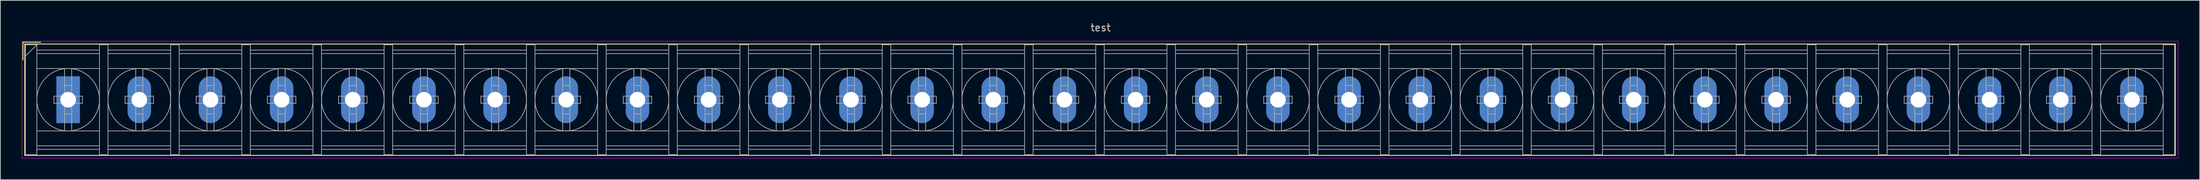
<source format=kicad_pcb>
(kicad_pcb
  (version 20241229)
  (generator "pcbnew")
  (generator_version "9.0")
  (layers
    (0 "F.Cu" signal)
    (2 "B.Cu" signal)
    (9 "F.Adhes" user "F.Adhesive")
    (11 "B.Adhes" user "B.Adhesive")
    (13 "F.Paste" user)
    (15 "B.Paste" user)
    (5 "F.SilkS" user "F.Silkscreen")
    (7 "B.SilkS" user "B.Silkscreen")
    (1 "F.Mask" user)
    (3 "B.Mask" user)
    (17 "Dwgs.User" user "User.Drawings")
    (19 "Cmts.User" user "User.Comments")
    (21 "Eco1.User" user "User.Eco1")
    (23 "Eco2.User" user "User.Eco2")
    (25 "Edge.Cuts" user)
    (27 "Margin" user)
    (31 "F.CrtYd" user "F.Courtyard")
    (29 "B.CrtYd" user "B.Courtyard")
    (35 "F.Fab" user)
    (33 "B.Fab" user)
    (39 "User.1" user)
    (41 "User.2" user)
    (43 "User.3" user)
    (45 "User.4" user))
  (footprint "test"
    (layer "F.Cu")
    (at 6.525 11.008)
    (property "Reference" "test" (at 145.08 -10.16 0) (layer "F.SilkS") (effects (font (size 1 1) (thickness 0.15))))
    (attr through_hole)
    (fp_line (start -6.35 -8.1) (end -3.85 -8.1) (stroke (width 0.12) (type solid)) (layer "F.SilkS"))
    (fp_line (start -6.35 -5.6) (end -6.35 -8.1) (stroke (width 0.12) (type solid)) (layer "F.SilkS"))
    (fp_line (start -6.1 -7.85) (end 296.1 -7.85) (stroke (width 0.12) (type solid)) (layer "F.SilkS"))
    (fp_line (start -6.1 7.85) (end -6.1 -7.85) (stroke (width 0.12) (type solid)) (layer "F.SilkS"))
    (fp_line (start -6.1 7.85) (end 296.1 7.85) (stroke (width 0.12) (type solid)) (layer "F.SilkS"))
    (fp_line (start 296.1 -7.85) (end 296.1 7.85) (stroke (width 0.12) (type solid)) (layer "F.SilkS"))
    (fp_line (start -6.5 -8.25) (end 296.5 -8.25) (stroke (width 0.05) (type solid)) (layer "F.CrtYd"))
    (fp_line (start -6.5 8.25) (end -6.5 -8.25) (stroke (width 0.05) (type solid)) (layer "F.CrtYd"))
    (fp_line (start -6.5 8.25) (end 296.5 8.25) (stroke (width 0.05) (type solid)) (layer "F.CrtYd"))
    (fp_line (start 296.5 -8.25) (end 296.5 8.25) (stroke (width 0.05) (type solid)) (layer "F.CrtYd"))
    (fp_line (start -6 -7.75) (end -6 7.75) (stroke (width 0.1) (type solid)) (layer "F.Fab"))
    (fp_line (start -6 -7.75) (end -4.4 -7.75) (stroke (width 0.1) (type solid)) (layer "F.Fab"))
    (fp_line (start -6 7.75) (end -4.4 7.75) (stroke (width 0.1) (type solid)) (layer "F.Fab"))
    (fp_line (start -4.4 -7.75) (end -6 -6.15) (stroke (width 0.1) (type solid)) (layer "F.Fab"))
    (fp_line (start -4.4 -7.75) (end -4.4 7.75) (stroke (width 0.1) (type solid)) (layer "F.Fab"))
    (fp_line (start -4.4 -7) (end 4.4 -7) (stroke (width 0.1) (type solid)) (layer "F.Fab"))
    (fp_line (start -4.4 -6.5) (end 4.4 -6.5) (stroke (width 0.1) (type solid)) (layer "F.Fab"))
    (fp_line (start -4.4 -4.4) (end 4.4 -4.4) (stroke (width 0.1) (type solid)) (layer "F.Fab"))
    (fp_line (start -4.4 4.4) (end 4.4 4.4) (stroke (width 0.1) (type solid)) (layer "F.Fab"))
    (fp_line (start -4.4 6.5) (end 4.4 6.5) (stroke (width 0.1) (type solid)) (layer "F.Fab"))
    (fp_line (start -4.4 7) (end 4.4 7) (stroke (width 0.1) (type solid)) (layer "F.Fab"))
    (fp_line (start -2 -0.5) (end -2 0.5) (stroke (width 0.1) (type solid)) (layer "F.Fab"))
    (fp_line (start -2 0.5) (end -0.5 0.5) (stroke (width 0.1) (type solid)) (layer "F.Fab"))
    (fp_line (start -0.5 -4.35) (end -0.5 -0.5) (stroke (width 0.1) (type solid)) (layer "F.Fab"))
    (fp_line (start -0.5 -2) (end 0.5 -2) (stroke (width 0.1) (type solid)) (layer "F.Fab"))
    (fp_line (start -0.5 -0.5) (end -2 -0.5) (stroke (width 0.1) (type solid)) (layer "F.Fab"))
    (fp_line (start -0.5 0.5) (end -0.5 4.35) (stroke (width 0.1) (type solid)) (layer "F.Fab"))
    (fp_line (start -0.5 2) (end 0.5 2) (stroke (width 0.1) (type solid)) (layer "F.Fab"))
    (fp_line (start 0.5 -4.35) (end 0.5 -0.5) (stroke (width 0.1) (type solid)) (layer "F.Fab"))
    (fp_line (start 0.5 -0.5) (end 2 -0.5) (stroke (width 0.1) (type solid)) (layer "F.Fab"))
    (fp_line (start 0.5 0.5) (end 0.5 4.35) (stroke (width 0.1) (type solid)) (layer "F.Fab"))
    (fp_line (start 2 -0.5) (end 2 0.5) (stroke (width 0.1) (type solid)) (layer "F.Fab"))
    (fp_line (start 2 0.5) (end 0.5 0.5) (stroke (width 0.1) (type solid)) (layer "F.Fab"))
    (fp_line (start 4.4 -7.75) (end 4.4 7.75) (stroke (width 0.1) (type solid)) (layer "F.Fab"))
    (fp_line (start 4.4 -7.75) (end 5.6 -7.75) (stroke (width 0.1) (type solid)) (layer "F.Fab"))
    (fp_line (start 4.4 7.75) (end 5.6 7.75) (stroke (width 0.1) (type solid)) (layer "F.Fab"))
    (fp_line (start 5.6 -7.75) (end 5.6 7.75) (stroke (width 0.1) (type solid)) (layer "F.Fab"))
    (fp_line (start 5.6 -7) (end 14.4 -7) (stroke (width 0.1) (type solid)) (layer "F.Fab"))
    (fp_line (start 5.6 -6.5) (end 14.4 -6.5) (stroke (width 0.1) (type solid)) (layer "F.Fab"))
    (fp_line (start 5.6 -4.4) (end 14.4 -4.4) (stroke (width 0.1) (type solid)) (layer "F.Fab"))
    (fp_line (start 5.6 4.4) (end 14.4 4.4) (stroke (width 0.1) (type solid)) (layer "F.Fab"))
    (fp_line (start 5.6 6.5) (end 14.4 6.5) (stroke (width 0.1) (type solid)) (layer "F.Fab"))
    (fp_line (start 5.6 7) (end 14.4 7) (stroke (width 0.1) (type solid)) (layer "F.Fab"))
    (fp_line (start 8 -0.5) (end 8 0.5) (stroke (width 0.1) (type solid)) (layer "F.Fab"))
    (fp_line (start 8 0.5) (end 9.5 0.5) (stroke (width 0.1) (type solid)) (layer "F.Fab"))
    (fp_line (start 9.5 -4.35) (end 9.5 -0.5) (stroke (width 0.1) (type solid)) (layer "F.Fab"))
    (fp_line (start 9.5 -2) (end 10.5 -2) (stroke (width 0.1) (type solid)) (layer "F.Fab"))
    (fp_line (start 9.5 -0.5) (end 8 -0.5) (stroke (width 0.1) (type solid)) (layer "F.Fab"))
    (fp_line (start 9.5 0.5) (end 9.5 4.35) (stroke (width 0.1) (type solid)) (layer "F.Fab"))
    (fp_line (start 9.5 2) (end 10.5 2) (stroke (width 0.1) (type solid)) (layer "F.Fab"))
    (fp_line (start 10.5 -4.35) (end 10.5 -0.5) (stroke (width 0.1) (type solid)) (layer "F.Fab"))
    (fp_line (start 10.5 -0.5) (end 12 -0.5) (stroke (width 0.1) (type solid)) (layer "F.Fab"))
    (fp_line (start 10.5 0.5) (end 10.5 4.35) (stroke (width 0.1) (type solid)) (layer "F.Fab"))
    (fp_line (start 12 -0.5) (end 12 0.5) (stroke (width 0.1) (type solid)) (layer "F.Fab"))
    (fp_line (start 12 0.5) (end 10.5 0.5) (stroke (width 0.1) (type solid)) (layer "F.Fab"))
    (fp_line (start 14.4 -7.75) (end 14.4 7.75) (stroke (width 0.1) (type solid)) (layer "F.Fab"))
    (fp_line (start 14.4 -7.75) (end 15.6 -7.75) (stroke (width 0.1) (type solid)) (layer "F.Fab"))
    (fp_line (start 14.4 7.75) (end 15.6 7.75) (stroke (width 0.1) (type solid)) (layer "F.Fab"))
    (fp_line (start 15.6 -7.75) (end 15.6 7.75) (stroke (width 0.1) (type solid)) (layer "F.Fab"))
    (fp_line (start 15.6 -7) (end 24.4 -7) (stroke (width 0.1) (type solid)) (layer "F.Fab"))
    (fp_line (start 15.6 -6.5) (end 24.4 -6.5) (stroke (width 0.1) (type solid)) (layer "F.Fab"))
    (fp_line (start 15.6 -4.4) (end 24.4 -4.4) (stroke (width 0.1) (type solid)) (layer "F.Fab"))
    (fp_line (start 15.6 4.4) (end 24.4 4.4) (stroke (width 0.1) (type solid)) (layer "F.Fab"))
    (fp_line (start 15.6 6.5) (end 24.4 6.5) (stroke (width 0.1) (type solid)) (layer "F.Fab"))
    (fp_line (start 15.6 7) (end 24.4 7) (stroke (width 0.1) (type solid)) (layer "F.Fab"))
    (fp_line (start 18 -0.5) (end 18 0.5) (stroke (width 0.1) (type solid)) (layer "F.Fab"))
    (fp_line (start 18 0.5) (end 19.5 0.5) (stroke (width 0.1) (type solid)) (layer "F.Fab"))
    (fp_line (start 19.5 -4.35) (end 19.5 -0.5) (stroke (width 0.1) (type solid)) (layer "F.Fab"))
    (fp_line (start 19.5 -2) (end 20.5 -2) (stroke (width 0.1) (type solid)) (layer "F.Fab"))
    (fp_line (start 19.5 -0.5) (end 18 -0.5) (stroke (width 0.1) (type solid)) (layer "F.Fab"))
    (fp_line (start 19.5 0.5) (end 19.5 4.35) (stroke (width 0.1) (type solid)) (layer "F.Fab"))
    (fp_line (start 19.5 2) (end 20.5 2) (stroke (width 0.1) (type solid)) (layer "F.Fab"))
    (fp_line (start 20.5 -4.35) (end 20.5 -0.5) (stroke (width 0.1) (type solid)) (layer "F.Fab"))
    (fp_line (start 20.5 -0.5) (end 22 -0.5) (stroke (width 0.1) (type solid)) (layer "F.Fab"))
    (fp_line (start 20.5 0.5) (end 20.5 4.35) (stroke (width 0.1) (type solid)) (layer "F.Fab"))
    (fp_line (start 22 -0.5) (end 22 0.5) (stroke (width 0.1) (type solid)) (layer "F.Fab"))
    (fp_line (start 22 0.5) (end 20.5 0.5) (stroke (width 0.1) (type solid)) (layer "F.Fab"))
    (fp_line (start 24.4 -7.75) (end 24.4 7.75) (stroke (width 0.1) (type solid)) (layer "F.Fab"))
    (fp_line (start 24.4 -7.75) (end 25.6 -7.75) (stroke (width 0.1) (type solid)) (layer "F.Fab"))
    (fp_line (start 24.4 7.75) (end 25.6 7.75) (stroke (width 0.1) (type solid)) (layer "F.Fab"))
    (fp_line (start 25.6 -7.75) (end 25.6 7.75) (stroke (width 0.1) (type solid)) (layer "F.Fab"))
    (fp_line (start 25.6 -7) (end 34.4 -7) (stroke (width 0.1) (type solid)) (layer "F.Fab"))
    (fp_line (start 25.6 -6.5) (end 34.4 -6.5) (stroke (width 0.1) (type solid)) (layer "F.Fab"))
    (fp_line (start 25.6 -4.4) (end 34.4 -4.4) (stroke (width 0.1) (type solid)) (layer "F.Fab"))
    (fp_line (start 25.6 4.4) (end 34.4 4.4) (stroke (width 0.1) (type solid)) (layer "F.Fab"))
    (fp_line (start 25.6 6.5) (end 34.4 6.5) (stroke (width 0.1) (type solid)) (layer "F.Fab"))
    (fp_line (start 25.6 7) (end 34.4 7) (stroke (width 0.1) (type solid)) (layer "F.Fab"))
    (fp_line (start 28 -0.5) (end 28 0.5) (stroke (width 0.1) (type solid)) (layer "F.Fab"))
    (fp_line (start 28 0.5) (end 29.5 0.5) (stroke (width 0.1) (type solid)) (layer "F.Fab"))
    (fp_line (start 29.5 -4.35) (end 29.5 -0.5) (stroke (width 0.1) (type solid)) (layer "F.Fab"))
    (fp_line (start 29.5 -2) (end 30.5 -2) (stroke (width 0.1) (type solid)) (layer "F.Fab"))
    (fp_line (start 29.5 -0.5) (end 28 -0.5) (stroke (width 0.1) (type solid)) (layer "F.Fab"))
    (fp_line (start 29.5 0.5) (end 29.5 4.35) (stroke (width 0.1) (type solid)) (layer "F.Fab"))
    (fp_line (start 29.5 2) (end 30.5 2) (stroke (width 0.1) (type solid)) (layer "F.Fab"))
    (fp_line (start 30.5 -4.35) (end 30.5 -0.5) (stroke (width 0.1) (type solid)) (layer "F.Fab"))
    (fp_line (start 30.5 -0.5) (end 32 -0.5) (stroke (width 0.1) (type solid)) (layer "F.Fab"))
    (fp_line (start 30.5 0.5) (end 30.5 4.35) (stroke (width 0.1) (type solid)) (layer "F.Fab"))
    (fp_line (start 32 -0.5) (end 32 0.5) (stroke (width 0.1) (type solid)) (layer "F.Fab"))
    (fp_line (start 32 0.5) (end 30.5 0.5) (stroke (width 0.1) (type solid)) (layer "F.Fab"))
    (fp_line (start 34.4 -7.75) (end 34.4 7.75) (stroke (width 0.1) (type solid)) (layer "F.Fab"))
    (fp_line (start 34.4 -7.75) (end 35.6 -7.75) (stroke (width 0.1) (type solid)) (layer "F.Fab"))
    (fp_line (start 34.4 7.75) (end 35.6 7.75) (stroke (width 0.1) (type solid)) (layer "F.Fab"))
    (fp_line (start 35.6 -7.75) (end 35.6 7.75) (stroke (width 0.1) (type solid)) (layer "F.Fab"))
    (fp_line (start 35.6 -7) (end 44.4 -7) (stroke (width 0.1) (type solid)) (layer "F.Fab"))
    (fp_line (start 35.6 -6.5) (end 44.4 -6.5) (stroke (width 0.1) (type solid)) (layer "F.Fab"))
    (fp_line (start 35.6 -4.4) (end 44.4 -4.4) (stroke (width 0.1) (type solid)) (layer "F.Fab"))
    (fp_line (start 35.6 4.4) (end 44.4 4.4) (stroke (width 0.1) (type solid)) (layer "F.Fab"))
    (fp_line (start 35.6 6.5) (end 44.4 6.5) (stroke (width 0.1) (type solid)) (layer "F.Fab"))
    (fp_line (start 35.6 7) (end 44.4 7) (stroke (width 0.1) (type solid)) (layer "F.Fab"))
    (fp_line (start 38 -0.5) (end 38 0.5) (stroke (width 0.1) (type solid)) (layer "F.Fab"))
    (fp_line (start 38 0.5) (end 39.5 0.5) (stroke (width 0.1) (type solid)) (layer "F.Fab"))
    (fp_line (start 39.5 -4.35) (end 39.5 -0.5) (stroke (width 0.1) (type solid)) (layer "F.Fab"))
    (fp_line (start 39.5 -2) (end 40.5 -2) (stroke (width 0.1) (type solid)) (layer "F.Fab"))
    (fp_line (start 39.5 -0.5) (end 38 -0.5) (stroke (width 0.1) (type solid)) (layer "F.Fab"))
    (fp_line (start 39.5 0.5) (end 39.5 4.35) (stroke (width 0.1) (type solid)) (layer "F.Fab"))
    (fp_line (start 39.5 2) (end 40.5 2) (stroke (width 0.1) (type solid)) (layer "F.Fab"))
    (fp_line (start 40.5 -4.35) (end 40.5 -0.5) (stroke (width 0.1) (type solid)) (layer "F.Fab"))
    (fp_line (start 40.5 -0.5) (end 42 -0.5) (stroke (width 0.1) (type solid)) (layer "F.Fab"))
    (fp_line (start 40.5 0.5) (end 40.5 4.35) (stroke (width 0.1) (type solid)) (layer "F.Fab"))
    (fp_line (start 42 -0.5) (end 42 0.5) (stroke (width 0.1) (type solid)) (layer "F.Fab"))
    (fp_line (start 42 0.5) (end 40.5 0.5) (stroke (width 0.1) (type solid)) (layer "F.Fab"))
    (fp_line (start 44.4 -7.75) (end 44.4 7.75) (stroke (width 0.1) (type solid)) (layer "F.Fab"))
    (fp_line (start 44.4 -7.75) (end 45.6 -7.75) (stroke (width 0.1) (type solid)) (layer "F.Fab"))
    (fp_line (start 44.4 7.75) (end 45.6 7.75) (stroke (width 0.1) (type solid)) (layer "F.Fab"))
    (fp_line (start 45.6 -7.75) (end 45.6 7.75) (stroke (width 0.1) (type solid)) (layer "F.Fab"))
    (fp_line (start 45.6 -7) (end 54.4 -7) (stroke (width 0.1) (type solid)) (layer "F.Fab"))
    (fp_line (start 45.6 -6.5) (end 54.4 -6.5) (stroke (width 0.1) (type solid)) (layer "F.Fab"))
    (fp_line (start 45.6 -4.4) (end 54.4 -4.4) (stroke (width 0.1) (type solid)) (layer "F.Fab"))
    (fp_line (start 45.6 4.4) (end 54.4 4.4) (stroke (width 0.1) (type solid)) (layer "F.Fab"))
    (fp_line (start 45.6 6.5) (end 54.4 6.5) (stroke (width 0.1) (type solid)) (layer "F.Fab"))
    (fp_line (start 45.6 7) (end 54.4 7) (stroke (width 0.1) (type solid)) (layer "F.Fab"))
    (fp_line (start 48 -0.5) (end 48 0.5) (stroke (width 0.1) (type solid)) (layer "F.Fab"))
    (fp_line (start 48 0.5) (end 49.5 0.5) (stroke (width 0.1) (type solid)) (layer "F.Fab"))
    (fp_line (start 49.5 -4.35) (end 49.5 -0.5) (stroke (width 0.1) (type solid)) (layer "F.Fab"))
    (fp_line (start 49.5 -2) (end 50.5 -2) (stroke (width 0.1) (type solid)) (layer "F.Fab"))
    (fp_line (start 49.5 -0.5) (end 48 -0.5) (stroke (width 0.1) (type solid)) (layer "F.Fab"))
    (fp_line (start 49.5 0.5) (end 49.5 4.35) (stroke (width 0.1) (type solid)) (layer "F.Fab"))
    (fp_line (start 49.5 2) (end 50.5 2) (stroke (width 0.1) (type solid)) (layer "F.Fab"))
    (fp_line (start 50.5 -4.35) (end 50.5 -0.5) (stroke (width 0.1) (type solid)) (layer "F.Fab"))
    (fp_line (start 50.5 -0.5) (end 52 -0.5) (stroke (width 0.1) (type solid)) (layer "F.Fab"))
    (fp_line (start 50.5 0.5) (end 50.5 4.35) (stroke (width 0.1) (type solid)) (layer "F.Fab"))
    (fp_line (start 52 -0.5) (end 52 0.5) (stroke (width 0.1) (type solid)) (layer "F.Fab"))
    (fp_line (start 52 0.5) (end 50.5 0.5) (stroke (width 0.1) (type solid)) (layer "F.Fab"))
    (fp_line (start 54.4 -7.75) (end 54.4 7.75) (stroke (width 0.1) (type solid)) (layer "F.Fab"))
    (fp_line (start 54.4 -7.75) (end 55.6 -7.75) (stroke (width 0.1) (type solid)) (layer "F.Fab"))
    (fp_line (start 54.4 7.75) (end 55.6 7.75) (stroke (width 0.1) (type solid)) (layer "F.Fab"))
    (fp_line (start 55.6 -7.75) (end 55.6 7.75) (stroke (width 0.1) (type solid)) (layer "F.Fab"))
    (fp_line (start 55.6 -7) (end 64.4 -7) (stroke (width 0.1) (type solid)) (layer "F.Fab"))
    (fp_line (start 55.6 -6.5) (end 64.4 -6.5) (stroke (width 0.1) (type solid)) (layer "F.Fab"))
    (fp_line (start 55.6 -4.4) (end 64.4 -4.4) (stroke (width 0.1) (type solid)) (layer "F.Fab"))
    (fp_line (start 55.6 4.4) (end 64.4 4.4) (stroke (width 0.1) (type solid)) (layer "F.Fab"))
    (fp_line (start 55.6 6.5) (end 64.4 6.5) (stroke (width 0.1) (type solid)) (layer "F.Fab"))
    (fp_line (start 55.6 7) (end 64.4 7) (stroke (width 0.1) (type solid)) (layer "F.Fab"))
    (fp_line (start 58 -0.5) (end 58 0.5) (stroke (width 0.1) (type solid)) (layer "F.Fab"))
    (fp_line (start 58 0.5) (end 59.5 0.5) (stroke (width 0.1) (type solid)) (layer "F.Fab"))
    (fp_line (start 59.5 -4.35) (end 59.5 -0.5) (stroke (width 0.1) (type solid)) (layer "F.Fab"))
    (fp_line (start 59.5 -2) (end 60.5 -2) (stroke (width 0.1) (type solid)) (layer "F.Fab"))
    (fp_line (start 59.5 -0.5) (end 58 -0.5) (stroke (width 0.1) (type solid)) (layer "F.Fab"))
    (fp_line (start 59.5 0.5) (end 59.5 4.35) (stroke (width 0.1) (type solid)) (layer "F.Fab"))
    (fp_line (start 59.5 2) (end 60.5 2) (stroke (width 0.1) (type solid)) (layer "F.Fab"))
    (fp_line (start 60.5 -4.35) (end 60.5 -0.5) (stroke (width 0.1) (type solid)) (layer "F.Fab"))
    (fp_line (start 60.5 -0.5) (end 62 -0.5) (stroke (width 0.1) (type solid)) (layer "F.Fab"))
    (fp_line (start 60.5 0.5) (end 60.5 4.35) (stroke (width 0.1) (type solid)) (layer "F.Fab"))
    (fp_line (start 62 -0.5) (end 62 0.5) (stroke (width 0.1) (type solid)) (layer "F.Fab"))
    (fp_line (start 62 0.5) (end 60.5 0.5) (stroke (width 0.1) (type solid)) (layer "F.Fab"))
    (fp_line (start 64.4 -7.75) (end 64.4 7.75) (stroke (width 0.1) (type solid)) (layer "F.Fab"))
    (fp_line (start 64.4 -7.75) (end 65.6 -7.75) (stroke (width 0.1) (type solid)) (layer "F.Fab"))
    (fp_line (start 64.4 7.75) (end 65.6 7.75) (stroke (width 0.1) (type solid)) (layer "F.Fab"))
    (fp_line (start 65.6 -7.75) (end 65.6 7.75) (stroke (width 0.1) (type solid)) (layer "F.Fab"))
    (fp_line (start 65.6 -7) (end 74.4 -7) (stroke (width 0.1) (type solid)) (layer "F.Fab"))
    (fp_line (start 65.6 -6.5) (end 74.4 -6.5) (stroke (width 0.1) (type solid)) (layer "F.Fab"))
    (fp_line (start 65.6 -4.4) (end 74.4 -4.4) (stroke (width 0.1) (type solid)) (layer "F.Fab"))
    (fp_line (start 65.6 4.4) (end 74.4 4.4) (stroke (width 0.1) (type solid)) (layer "F.Fab"))
    (fp_line (start 65.6 6.5) (end 74.4 6.5) (stroke (width 0.1) (type solid)) (layer "F.Fab"))
    (fp_line (start 65.6 7) (end 74.4 7) (stroke (width 0.1) (type solid)) (layer "F.Fab"))
    (fp_line (start 68 -0.5) (end 68 0.5) (stroke (width 0.1) (type solid)) (layer "F.Fab"))
    (fp_line (start 68 0.5) (end 69.5 0.5) (stroke (width 0.1) (type solid)) (layer "F.Fab"))
    (fp_line (start 69.5 -4.35) (end 69.5 -0.5) (stroke (width 0.1) (type solid)) (layer "F.Fab"))
    (fp_line (start 69.5 -2) (end 70.5 -2) (stroke (width 0.1) (type solid)) (layer "F.Fab"))
    (fp_line (start 69.5 -0.5) (end 68 -0.5) (stroke (width 0.1) (type solid)) (layer "F.Fab"))
    (fp_line (start 69.5 0.5) (end 69.5 4.35) (stroke (width 0.1) (type solid)) (layer "F.Fab"))
    (fp_line (start 69.5 2) (end 70.5 2) (stroke (width 0.1) (type solid)) (layer "F.Fab"))
    (fp_line (start 70.5 -4.35) (end 70.5 -0.5) (stroke (width 0.1) (type solid)) (layer "F.Fab"))
    (fp_line (start 70.5 -0.5) (end 72 -0.5) (stroke (width 0.1) (type solid)) (layer "F.Fab"))
    (fp_line (start 70.5 0.5) (end 70.5 4.35) (stroke (width 0.1) (type solid)) (layer "F.Fab"))
    (fp_line (start 72 -0.5) (end 72 0.5) (stroke (width 0.1) (type solid)) (layer "F.Fab"))
    (fp_line (start 72 0.5) (end 70.5 0.5) (stroke (width 0.1) (type solid)) (layer "F.Fab"))
    (fp_line (start 74.4 -7.75) (end 74.4 7.75) (stroke (width 0.1) (type solid)) (layer "F.Fab"))
    (fp_line (start 74.4 -7.75) (end 75.6 -7.75) (stroke (width 0.1) (type solid)) (layer "F.Fab"))
    (fp_line (start 74.4 7.75) (end 75.6 7.75) (stroke (width 0.1) (type solid)) (layer "F.Fab"))
    (fp_line (start 75.6 -7.75) (end 75.6 7.75) (stroke (width 0.1) (type solid)) (layer "F.Fab"))
    (fp_line (start 75.6 -7) (end 84.4 -7) (stroke (width 0.1) (type solid)) (layer "F.Fab"))
    (fp_line (start 75.6 -6.5) (end 84.4 -6.5) (stroke (width 0.1) (type solid)) (layer "F.Fab"))
    (fp_line (start 75.6 -4.4) (end 84.4 -4.4) (stroke (width 0.1) (type solid)) (layer "F.Fab"))
    (fp_line (start 75.6 4.4) (end 84.4 4.4) (stroke (width 0.1) (type solid)) (layer "F.Fab"))
    (fp_line (start 75.6 6.5) (end 84.4 6.5) (stroke (width 0.1) (type solid)) (layer "F.Fab"))
    (fp_line (start 75.6 7) (end 84.4 7) (stroke (width 0.1) (type solid)) (layer "F.Fab"))
    (fp_line (start 78 -0.5) (end 78 0.5) (stroke (width 0.1) (type solid)) (layer "F.Fab"))
    (fp_line (start 78 0.5) (end 79.5 0.5) (stroke (width 0.1) (type solid)) (layer "F.Fab"))
    (fp_line (start 79.5 -4.35) (end 79.5 -0.5) (stroke (width 0.1) (type solid)) (layer "F.Fab"))
    (fp_line (start 79.5 -2) (end 80.5 -2) (stroke (width 0.1) (type solid)) (layer "F.Fab"))
    (fp_line (start 79.5 -0.5) (end 78 -0.5) (stroke (width 0.1) (type solid)) (layer "F.Fab"))
    (fp_line (start 79.5 0.5) (end 79.5 4.35) (stroke (width 0.1) (type solid)) (layer "F.Fab"))
    (fp_line (start 79.5 2) (end 80.5 2) (stroke (width 0.1) (type solid)) (layer "F.Fab"))
    (fp_line (start 80.5 -4.35) (end 80.5 -0.5) (stroke (width 0.1) (type solid)) (layer "F.Fab"))
    (fp_line (start 80.5 -0.5) (end 82 -0.5) (stroke (width 0.1) (type solid)) (layer "F.Fab"))
    (fp_line (start 80.5 0.5) (end 80.5 4.35) (stroke (width 0.1) (type solid)) (layer "F.Fab"))
    (fp_line (start 82 -0.5) (end 82 0.5) (stroke (width 0.1) (type solid)) (layer "F.Fab"))
    (fp_line (start 82 0.5) (end 80.5 0.5) (stroke (width 0.1) (type solid)) (layer "F.Fab"))
    (fp_line (start 84.4 -7.75) (end 84.4 7.75) (stroke (width 0.1) (type solid)) (layer "F.Fab"))
    (fp_line (start 84.4 -7.75) (end 85.6 -7.75) (stroke (width 0.1) (type solid)) (layer "F.Fab"))
    (fp_line (start 84.4 7.75) (end 85.6 7.75) (stroke (width 0.1) (type solid)) (layer "F.Fab"))
    (fp_line (start 85.6 -7.75) (end 85.6 7.75) (stroke (width 0.1) (type solid)) (layer "F.Fab"))
    (fp_line (start 85.6 -7) (end 94.4 -7) (stroke (width 0.1) (type solid)) (layer "F.Fab"))
    (fp_line (start 85.6 -6.5) (end 94.4 -6.5) (stroke (width 0.1) (type solid)) (layer "F.Fab"))
    (fp_line (start 85.6 -4.4) (end 94.4 -4.4) (stroke (width 0.1) (type solid)) (layer "F.Fab"))
    (fp_line (start 85.6 4.4) (end 94.4 4.4) (stroke (width 0.1) (type solid)) (layer "F.Fab"))
    (fp_line (start 85.6 6.5) (end 94.4 6.5) (stroke (width 0.1) (type solid)) (layer "F.Fab"))
    (fp_line (start 85.6 7) (end 94.4 7) (stroke (width 0.1) (type solid)) (layer "F.Fab"))
    (fp_line (start 88 -0.5) (end 88 0.5) (stroke (width 0.1) (type solid)) (layer "F.Fab"))
    (fp_line (start 88 0.5) (end 89.5 0.5) (stroke (width 0.1) (type solid)) (layer "F.Fab"))
    (fp_line (start 89.5 -4.35) (end 89.5 -0.5) (stroke (width 0.1) (type solid)) (layer "F.Fab"))
    (fp_line (start 89.5 -2) (end 90.5 -2) (stroke (width 0.1) (type solid)) (layer "F.Fab"))
    (fp_line (start 89.5 -0.5) (end 88 -0.5) (stroke (width 0.1) (type solid)) (layer "F.Fab"))
    (fp_line (start 89.5 0.5) (end 89.5 4.35) (stroke (width 0.1) (type solid)) (layer "F.Fab"))
    (fp_line (start 89.5 2) (end 90.5 2) (stroke (width 0.1) (type solid)) (layer "F.Fab"))
    (fp_line (start 90.5 -4.35) (end 90.5 -0.5) (stroke (width 0.1) (type solid)) (layer "F.Fab"))
    (fp_line (start 90.5 -0.5) (end 92 -0.5) (stroke (width 0.1) (type solid)) (layer "F.Fab"))
    (fp_line (start 90.5 0.5) (end 90.5 4.35) (stroke (width 0.1) (type solid)) (layer "F.Fab"))
    (fp_line (start 92 -0.5) (end 92 0.5) (stroke (width 0.1) (type solid)) (layer "F.Fab"))
    (fp_line (start 92 0.5) (end 90.5 0.5) (stroke (width 0.1) (type solid)) (layer "F.Fab"))
    (fp_line (start 94.4 -7.75) (end 94.4 7.75) (stroke (width 0.1) (type solid)) (layer "F.Fab"))
    (fp_line (start 94.4 -7.75) (end 95.6 -7.75) (stroke (width 0.1) (type solid)) (layer "F.Fab"))
    (fp_line (start 94.4 7.75) (end 95.6 7.75) (stroke (width 0.1) (type solid)) (layer "F.Fab"))
    (fp_line (start 95.6 -7.75) (end 95.6 7.75) (stroke (width 0.1) (type solid)) (layer "F.Fab"))
    (fp_line (start 95.6 -7) (end 104.4 -7) (stroke (width 0.1) (type solid)) (layer "F.Fab"))
    (fp_line (start 95.6 -6.5) (end 104.4 -6.5) (stroke (width 0.1) (type solid)) (layer "F.Fab"))
    (fp_line (start 95.6 -4.4) (end 104.4 -4.4) (stroke (width 0.1) (type solid)) (layer "F.Fab"))
    (fp_line (start 95.6 4.4) (end 104.4 4.4) (stroke (width 0.1) (type solid)) (layer "F.Fab"))
    (fp_line (start 95.6 6.5) (end 104.4 6.5) (stroke (width 0.1) (type solid)) (layer "F.Fab"))
    (fp_line (start 95.6 7) (end 104.4 7) (stroke (width 0.1) (type solid)) (layer "F.Fab"))
    (fp_line (start 98 -0.5) (end 98 0.5) (stroke (width 0.1) (type solid)) (layer "F.Fab"))
    (fp_line (start 98 0.5) (end 99.5 0.5) (stroke (width 0.1) (type solid)) (layer "F.Fab"))
    (fp_line (start 99.5 -4.35) (end 99.5 -0.5) (stroke (width 0.1) (type solid)) (layer "F.Fab"))
    (fp_line (start 99.5 -2) (end 100.5 -2) (stroke (width 0.1) (type solid)) (layer "F.Fab"))
    (fp_line (start 99.5 -0.5) (end 98 -0.5) (stroke (width 0.1) (type solid)) (layer "F.Fab"))
    (fp_line (start 99.5 0.5) (end 99.5 4.35) (stroke (width 0.1) (type solid)) (layer "F.Fab"))
    (fp_line (start 99.5 2) (end 100.5 2) (stroke (width 0.1) (type solid)) (layer "F.Fab"))
    (fp_line (start 100.5 -4.35) (end 100.5 -0.5) (stroke (width 0.1) (type solid)) (layer "F.Fab"))
    (fp_line (start 100.5 -0.5) (end 102 -0.5) (stroke (width 0.1) (type solid)) (layer "F.Fab"))
    (fp_line (start 100.5 0.5) (end 100.5 4.35) (stroke (width 0.1) (type solid)) (layer "F.Fab"))
    (fp_line (start 102 -0.5) (end 102 0.5) (stroke (width 0.1) (type solid)) (layer "F.Fab"))
    (fp_line (start 102 0.5) (end 100.5 0.5) (stroke (width 0.1) (type solid)) (layer "F.Fab"))
    (fp_line (start 104.4 -7.75) (end 104.4 7.75) (stroke (width 0.1) (type solid)) (layer "F.Fab"))
    (fp_line (start 104.4 -7.75) (end 105.6 -7.75) (stroke (width 0.1) (type solid)) (layer "F.Fab"))
    (fp_line (start 104.4 7.75) (end 105.6 7.75) (stroke (width 0.1) (type solid)) (layer "F.Fab"))
    (fp_line (start 105.6 -7.75) (end 105.6 7.75) (stroke (width 0.1) (type solid)) (layer "F.Fab"))
    (fp_line (start 105.6 -7) (end 114.4 -7) (stroke (width 0.1) (type solid)) (layer "F.Fab"))
    (fp_line (start 105.6 -6.5) (end 114.4 -6.5) (stroke (width 0.1) (type solid)) (layer "F.Fab"))
    (fp_line (start 105.6 -4.4) (end 114.4 -4.4) (stroke (width 0.1) (type solid)) (layer "F.Fab"))
    (fp_line (start 105.6 4.4) (end 114.4 4.4) (stroke (width 0.1) (type solid)) (layer "F.Fab"))
    (fp_line (start 105.6 6.5) (end 114.4 6.5) (stroke (width 0.1) (type solid)) (layer "F.Fab"))
    (fp_line (start 105.6 7) (end 114.4 7) (stroke (width 0.1) (type solid)) (layer "F.Fab"))
    (fp_line (start 108 -0.5) (end 108 0.5) (stroke (width 0.1) (type solid)) (layer "F.Fab"))
    (fp_line (start 108 0.5) (end 109.5 0.5) (stroke (width 0.1) (type solid)) (layer "F.Fab"))
    (fp_line (start 109.5 -4.35) (end 109.5 -0.5) (stroke (width 0.1) (type solid)) (layer "F.Fab"))
    (fp_line (start 109.5 -2) (end 110.5 -2) (stroke (width 0.1) (type solid)) (layer "F.Fab"))
    (fp_line (start 109.5 -0.5) (end 108 -0.5) (stroke (width 0.1) (type solid)) (layer "F.Fab"))
    (fp_line (start 109.5 0.5) (end 109.5 4.35) (stroke (width 0.1) (type solid)) (layer "F.Fab"))
    (fp_line (start 109.5 2) (end 110.5 2) (stroke (width 0.1) (type solid)) (layer "F.Fab"))
    (fp_line (start 110.5 -4.35) (end 110.5 -0.5) (stroke (width 0.1) (type solid)) (layer "F.Fab"))
    (fp_line (start 110.5 -0.5) (end 112 -0.5) (stroke (width 0.1) (type solid)) (layer "F.Fab"))
    (fp_line (start 110.5 0.5) (end 110.5 4.35) (stroke (width 0.1) (type solid)) (layer "F.Fab"))
    (fp_line (start 112 -0.5) (end 112 0.5) (stroke (width 0.1) (type solid)) (layer "F.Fab"))
    (fp_line (start 112 0.5) (end 110.5 0.5) (stroke (width 0.1) (type solid)) (layer "F.Fab"))
    (fp_line (start 114.4 -7.75) (end 114.4 7.75) (stroke (width 0.1) (type solid)) (layer "F.Fab"))
    (fp_line (start 114.4 -7.75) (end 115.6 -7.75) (stroke (width 0.1) (type solid)) (layer "F.Fab"))
    (fp_line (start 114.4 7.75) (end 115.6 7.75) (stroke (width 0.1) (type solid)) (layer "F.Fab"))
    (fp_line (start 115.6 -7.75) (end 115.6 7.75) (stroke (width 0.1) (type solid)) (layer "F.Fab"))
    (fp_line (start 115.6 -7) (end 124.4 -7) (stroke (width 0.1) (type solid)) (layer "F.Fab"))
    (fp_line (start 115.6 -6.5) (end 124.4 -6.5) (stroke (width 0.1) (type solid)) (layer "F.Fab"))
    (fp_line (start 115.6 -4.4) (end 124.4 -4.4) (stroke (width 0.1) (type solid)) (layer "F.Fab"))
    (fp_line (start 115.6 4.4) (end 124.4 4.4) (stroke (width 0.1) (type solid)) (layer "F.Fab"))
    (fp_line (start 115.6 6.5) (end 124.4 6.5) (stroke (width 0.1) (type solid)) (layer "F.Fab"))
    (fp_line (start 115.6 7) (end 124.4 7) (stroke (width 0.1) (type solid)) (layer "F.Fab"))
    (fp_line (start 118 -0.5) (end 118 0.5) (stroke (width 0.1) (type solid)) (layer "F.Fab"))
    (fp_line (start 118 0.5) (end 119.5 0.5) (stroke (width 0.1) (type solid)) (layer "F.Fab"))
    (fp_line (start 119.5 -4.35) (end 119.5 -0.5) (stroke (width 0.1) (type solid)) (layer "F.Fab"))
    (fp_line (start 119.5 -2) (end 120.5 -2) (stroke (width 0.1) (type solid)) (layer "F.Fab"))
    (fp_line (start 119.5 -0.5) (end 118 -0.5) (stroke (width 0.1) (type solid)) (layer "F.Fab"))
    (fp_line (start 119.5 0.5) (end 119.5 4.35) (stroke (width 0.1) (type solid)) (layer "F.Fab"))
    (fp_line (start 119.5 2) (end 120.5 2) (stroke (width 0.1) (type solid)) (layer "F.Fab"))
    (fp_line (start 120.5 -4.35) (end 120.5 -0.5) (stroke (width 0.1) (type solid)) (layer "F.Fab"))
    (fp_line (start 120.5 -0.5) (end 122 -0.5) (stroke (width 0.1) (type solid)) (layer "F.Fab"))
    (fp_line (start 120.5 0.5) (end 120.5 4.35) (stroke (width 0.1) (type solid)) (layer "F.Fab"))
    (fp_line (start 122 -0.5) (end 122 0.5) (stroke (width 0.1) (type solid)) (layer "F.Fab"))
    (fp_line (start 122 0.5) (end 120.5 0.5) (stroke (width 0.1) (type solid)) (layer "F.Fab"))
    (fp_line (start 124.4 -7.75) (end 124.4 7.75) (stroke (width 0.1) (type solid)) (layer "F.Fab"))
    (fp_line (start 124.4 -7.75) (end 125.6 -7.75) (stroke (width 0.1) (type solid)) (layer "F.Fab"))
    (fp_line (start 124.4 7.75) (end 125.6 7.75) (stroke (width 0.1) (type solid)) (layer "F.Fab"))
    (fp_line (start 125.6 -7.75) (end 125.6 7.75) (stroke (width 0.1) (type solid)) (layer "F.Fab"))
    (fp_line (start 125.6 -7) (end 134.4 -7) (stroke (width 0.1) (type solid)) (layer "F.Fab"))
    (fp_line (start 125.6 -6.5) (end 134.4 -6.5) (stroke (width 0.1) (type solid)) (layer "F.Fab"))
    (fp_line (start 125.6 -4.4) (end 134.4 -4.4) (stroke (width 0.1) (type solid)) (layer "F.Fab"))
    (fp_line (start 125.6 4.4) (end 134.4 4.4) (stroke (width 0.1) (type solid)) (layer "F.Fab"))
    (fp_line (start 125.6 6.5) (end 134.4 6.5) (stroke (width 0.1) (type solid)) (layer "F.Fab"))
    (fp_line (start 125.6 7) (end 134.4 7) (stroke (width 0.1) (type solid)) (layer "F.Fab"))
    (fp_line (start 128 -0.5) (end 128 0.5) (stroke (width 0.1) (type solid)) (layer "F.Fab"))
    (fp_line (start 128 0.5) (end 129.5 0.5) (stroke (width 0.1) (type solid)) (layer "F.Fab"))
    (fp_line (start 129.5 -4.35) (end 129.5 -0.5) (stroke (width 0.1) (type solid)) (layer "F.Fab"))
    (fp_line (start 129.5 -2) (end 130.5 -2) (stroke (width 0.1) (type solid)) (layer "F.Fab"))
    (fp_line (start 129.5 -0.5) (end 128 -0.5) (stroke (width 0.1) (type solid)) (layer "F.Fab"))
    (fp_line (start 129.5 0.5) (end 129.5 4.35) (stroke (width 0.1) (type solid)) (layer "F.Fab"))
    (fp_line (start 129.5 2) (end 130.5 2) (stroke (width 0.1) (type solid)) (layer "F.Fab"))
    (fp_line (start 130.5 -4.35) (end 130.5 -0.5) (stroke (width 0.1) (type solid)) (layer "F.Fab"))
    (fp_line (start 130.5 -0.5) (end 132 -0.5) (stroke (width 0.1) (type solid)) (layer "F.Fab"))
    (fp_line (start 130.5 0.5) (end 130.5 4.35) (stroke (width 0.1) (type solid)) (layer "F.Fab"))
    (fp_line (start 132 -0.5) (end 132 0.5) (stroke (width 0.1) (type solid)) (layer "F.Fab"))
    (fp_line (start 132 0.5) (end 130.5 0.5) (stroke (width 0.1) (type solid)) (layer "F.Fab"))
    (fp_line (start 134.4 -7.75) (end 134.4 7.75) (stroke (width 0.1) (type solid)) (layer "F.Fab"))
    (fp_line (start 134.4 -7.75) (end 135.6 -7.75) (stroke (width 0.1) (type solid)) (layer "F.Fab"))
    (fp_line (start 134.4 7.75) (end 135.6 7.75) (stroke (width 0.1) (type solid)) (layer "F.Fab"))
    (fp_line (start 135.6 -7.75) (end 135.6 7.75) (stroke (width 0.1) (type solid)) (layer "F.Fab"))
    (fp_line (start 135.6 -7) (end 144.4 -7) (stroke (width 0.1) (type solid)) (layer "F.Fab"))
    (fp_line (start 135.6 -6.5) (end 144.4 -6.5) (stroke (width 0.1) (type solid)) (layer "F.Fab"))
    (fp_line (start 135.6 -4.4) (end 144.4 -4.4) (stroke (width 0.1) (type solid)) (layer "F.Fab"))
    (fp_line (start 135.6 4.4) (end 144.4 4.4) (stroke (width 0.1) (type solid)) (layer "F.Fab"))
    (fp_line (start 135.6 6.5) (end 144.4 6.5) (stroke (width 0.1) (type solid)) (layer "F.Fab"))
    (fp_line (start 135.6 7) (end 144.4 7) (stroke (width 0.1) (type solid)) (layer "F.Fab"))
    (fp_line (start 138 -0.5) (end 138 0.5) (stroke (width 0.1) (type solid)) (layer "F.Fab"))
    (fp_line (start 138 0.5) (end 139.5 0.5) (stroke (width 0.1) (type solid)) (layer "F.Fab"))
    (fp_line (start 139.5 -4.35) (end 139.5 -0.5) (stroke (width 0.1) (type solid)) (layer "F.Fab"))
    (fp_line (start 139.5 -2) (end 140.5 -2) (stroke (width 0.1) (type solid)) (layer "F.Fab"))
    (fp_line (start 139.5 -0.5) (end 138 -0.5) (stroke (width 0.1) (type solid)) (layer "F.Fab"))
    (fp_line (start 139.5 0.5) (end 139.5 4.35) (stroke (width 0.1) (type solid)) (layer "F.Fab"))
    (fp_line (start 139.5 2) (end 140.5 2) (stroke (width 0.1) (type solid)) (layer "F.Fab"))
    (fp_line (start 140.5 -4.35) (end 140.5 -0.5) (stroke (width 0.1) (type solid)) (layer "F.Fab"))
    (fp_line (start 140.5 -0.5) (end 142 -0.5) (stroke (width 0.1) (type solid)) (layer "F.Fab"))
    (fp_line (start 140.5 0.5) (end 140.5 4.35) (stroke (width 0.1) (type solid)) (layer "F.Fab"))
    (fp_line (start 142 -0.5) (end 142 0.5) (stroke (width 0.1) (type solid)) (layer "F.Fab"))
    (fp_line (start 142 0.5) (end 140.5 0.5) (stroke (width 0.1) (type solid)) (layer "F.Fab"))
    (fp_line (start 144.4 -7.75) (end 144.4 7.75) (stroke (width 0.1) (type solid)) (layer "F.Fab"))
    (fp_line (start 144.4 -7.75) (end 145.6 -7.75) (stroke (width 0.1) (type solid)) (layer "F.Fab"))
    (fp_line (start 144.4 7.75) (end 145.6 7.75) (stroke (width 0.1) (type solid)) (layer "F.Fab"))
    (fp_line (start 145.6 -7.75) (end 145.6 7.75) (stroke (width 0.1) (type solid)) (layer "F.Fab"))
    (fp_line (start 145.6 -7) (end 154.4 -7) (stroke (width 0.1) (type solid)) (layer "F.Fab"))
    (fp_line (start 145.6 -6.5) (end 154.4 -6.5) (stroke (width 0.1) (type solid)) (layer "F.Fab"))
    (fp_line (start 145.6 -4.4) (end 154.4 -4.4) (stroke (width 0.1) (type solid)) (layer "F.Fab"))
    (fp_line (start 145.6 4.4) (end 154.4 4.4) (stroke (width 0.1) (type solid)) (layer "F.Fab"))
    (fp_line (start 145.6 6.5) (end 154.4 6.5) (stroke (width 0.1) (type solid)) (layer "F.Fab"))
    (fp_line (start 145.6 7) (end 154.4 7) (stroke (width 0.1) (type solid)) (layer "F.Fab"))
    (fp_line (start 148 -0.5) (end 148 0.5) (stroke (width 0.1) (type solid)) (layer "F.Fab"))
    (fp_line (start 148 0.5) (end 149.5 0.5) (stroke (width 0.1) (type solid)) (layer "F.Fab"))
    (fp_line (start 149.5 -4.35) (end 149.5 -0.5) (stroke (width 0.1) (type solid)) (layer "F.Fab"))
    (fp_line (start 149.5 -2) (end 150.5 -2) (stroke (width 0.1) (type solid)) (layer "F.Fab"))
    (fp_line (start 149.5 -0.5) (end 148 -0.5) (stroke (width 0.1) (type solid)) (layer "F.Fab"))
    (fp_line (start 149.5 0.5) (end 149.5 4.35) (stroke (width 0.1) (type solid)) (layer "F.Fab"))
    (fp_line (start 149.5 2) (end 150.5 2) (stroke (width 0.1) (type solid)) (layer "F.Fab"))
    (fp_line (start 150.5 -4.35) (end 150.5 -0.5) (stroke (width 0.1) (type solid)) (layer "F.Fab"))
    (fp_line (start 150.5 -0.5) (end 152 -0.5) (stroke (width 0.1) (type solid)) (layer "F.Fab"))
    (fp_line (start 150.5 0.5) (end 150.5 4.35) (stroke (width 0.1) (type solid)) (layer "F.Fab"))
    (fp_line (start 152 -0.5) (end 152 0.5) (stroke (width 0.1) (type solid)) (layer "F.Fab"))
    (fp_line (start 152 0.5) (end 150.5 0.5) (stroke (width 0.1) (type solid)) (layer "F.Fab"))
    (fp_line (start 154.4 -7.75) (end 154.4 7.75) (stroke (width 0.1) (type solid)) (layer "F.Fab"))
    (fp_line (start 154.4 -7.75) (end 155.6 -7.75) (stroke (width 0.1) (type solid)) (layer "F.Fab"))
    (fp_line (start 154.4 7.75) (end 155.6 7.75) (stroke (width 0.1) (type solid)) (layer "F.Fab"))
    (fp_line (start 155.6 -7.75) (end 155.6 7.75) (stroke (width 0.1) (type solid)) (layer "F.Fab"))
    (fp_line (start 155.6 -7) (end 164.4 -7) (stroke (width 0.1) (type solid)) (layer "F.Fab"))
    (fp_line (start 155.6 -6.5) (end 164.4 -6.5) (stroke (width 0.1) (type solid)) (layer "F.Fab"))
    (fp_line (start 155.6 -4.4) (end 164.4 -4.4) (stroke (width 0.1) (type solid)) (layer "F.Fab"))
    (fp_line (start 155.6 4.4) (end 164.4 4.4) (stroke (width 0.1) (type solid)) (layer "F.Fab"))
    (fp_line (start 155.6 6.5) (end 164.4 6.5) (stroke (width 0.1) (type solid)) (layer "F.Fab"))
    (fp_line (start 155.6 7) (end 164.4 7) (stroke (width 0.1) (type solid)) (layer "F.Fab"))
    (fp_line (start 158 -0.5) (end 158 0.5) (stroke (width 0.1) (type solid)) (layer "F.Fab"))
    (fp_line (start 158 0.5) (end 159.5 0.5) (stroke (width 0.1) (type solid)) (layer "F.Fab"))
    (fp_line (start 159.5 -4.35) (end 159.5 -0.5) (stroke (width 0.1) (type solid)) (layer "F.Fab"))
    (fp_line (start 159.5 -2) (end 160.5 -2) (stroke (width 0.1) (type solid)) (layer "F.Fab"))
    (fp_line (start 159.5 -0.5) (end 158 -0.5) (stroke (width 0.1) (type solid)) (layer "F.Fab"))
    (fp_line (start 159.5 0.5) (end 159.5 4.35) (stroke (width 0.1) (type solid)) (layer "F.Fab"))
    (fp_line (start 159.5 2) (end 160.5 2) (stroke (width 0.1) (type solid)) (layer "F.Fab"))
    (fp_line (start 160.5 -4.35) (end 160.5 -0.5) (stroke (width 0.1) (type solid)) (layer "F.Fab"))
    (fp_line (start 160.5 -0.5) (end 162 -0.5) (stroke (width 0.1) (type solid)) (layer "F.Fab"))
    (fp_line (start 160.5 0.5) (end 160.5 4.35) (stroke (width 0.1) (type solid)) (layer "F.Fab"))
    (fp_line (start 162 -0.5) (end 162 0.5) (stroke (width 0.1) (type solid)) (layer "F.Fab"))
    (fp_line (start 162 0.5) (end 160.5 0.5) (stroke (width 0.1) (type solid)) (layer "F.Fab"))
    (fp_line (start 164.4 -7.75) (end 164.4 7.75) (stroke (width 0.1) (type solid)) (layer "F.Fab"))
    (fp_line (start 164.4 -7.75) (end 165.6 -7.75) (stroke (width 0.1) (type solid)) (layer "F.Fab"))
    (fp_line (start 164.4 7.75) (end 165.6 7.75) (stroke (width 0.1) (type solid)) (layer "F.Fab"))
    (fp_line (start 165.6 -7.75) (end 165.6 7.75) (stroke (width 0.1) (type solid)) (layer "F.Fab"))
    (fp_line (start 165.6 -7) (end 174.4 -7) (stroke (width 0.1) (type solid)) (layer "F.Fab"))
    (fp_line (start 165.6 -6.5) (end 174.4 -6.5) (stroke (width 0.1) (type solid)) (layer "F.Fab"))
    (fp_line (start 165.6 -4.4) (end 174.4 -4.4) (stroke (width 0.1) (type solid)) (layer "F.Fab"))
    (fp_line (start 165.6 4.4) (end 174.4 4.4) (stroke (width 0.1) (type solid)) (layer "F.Fab"))
    (fp_line (start 165.6 6.5) (end 174.4 6.5) (stroke (width 0.1) (type solid)) (layer "F.Fab"))
    (fp_line (start 165.6 7) (end 174.4 7) (stroke (width 0.1) (type solid)) (layer "F.Fab"))
    (fp_line (start 168 -0.5) (end 168 0.5) (stroke (width 0.1) (type solid)) (layer "F.Fab"))
    (fp_line (start 168 0.5) (end 169.5 0.5) (stroke (width 0.1) (type solid)) (layer "F.Fab"))
    (fp_line (start 169.5 -4.35) (end 169.5 -0.5) (stroke (width 0.1) (type solid)) (layer "F.Fab"))
    (fp_line (start 169.5 -2) (end 170.5 -2) (stroke (width 0.1) (type solid)) (layer "F.Fab"))
    (fp_line (start 169.5 -0.5) (end 168 -0.5) (stroke (width 0.1) (type solid)) (layer "F.Fab"))
    (fp_line (start 169.5 0.5) (end 169.5 4.35) (stroke (width 0.1) (type solid)) (layer "F.Fab"))
    (fp_line (start 169.5 2) (end 170.5 2) (stroke (width 0.1) (type solid)) (layer "F.Fab"))
    (fp_line (start 170.5 -4.35) (end 170.5 -0.5) (stroke (width 0.1) (type solid)) (layer "F.Fab"))
    (fp_line (start 170.5 -0.5) (end 172 -0.5) (stroke (width 0.1) (type solid)) (layer "F.Fab"))
    (fp_line (start 170.5 0.5) (end 170.5 4.35) (stroke (width 0.1) (type solid)) (layer "F.Fab"))
    (fp_line (start 172 -0.5) (end 172 0.5) (stroke (width 0.1) (type solid)) (layer "F.Fab"))
    (fp_line (start 172 0.5) (end 170.5 0.5) (stroke (width 0.1) (type solid)) (layer "F.Fab"))
    (fp_line (start 174.4 -7.75) (end 174.4 7.75) (stroke (width 0.1) (type solid)) (layer "F.Fab"))
    (fp_line (start 174.4 -7.75) (end 175.6 -7.75) (stroke (width 0.1) (type solid)) (layer "F.Fab"))
    (fp_line (start 174.4 7.75) (end 175.6 7.75) (stroke (width 0.1) (type solid)) (layer "F.Fab"))
    (fp_line (start 175.6 -7.75) (end 175.6 7.75) (stroke (width 0.1) (type solid)) (layer "F.Fab"))
    (fp_line (start 175.6 -7) (end 184.4 -7) (stroke (width 0.1) (type solid)) (layer "F.Fab"))
    (fp_line (start 175.6 -6.5) (end 184.4 -6.5) (stroke (width 0.1) (type solid)) (layer "F.Fab"))
    (fp_line (start 175.6 -4.4) (end 184.4 -4.4) (stroke (width 0.1) (type solid)) (layer "F.Fab"))
    (fp_line (start 175.6 4.4) (end 184.4 4.4) (stroke (width 0.1) (type solid)) (layer "F.Fab"))
    (fp_line (start 175.6 6.5) (end 184.4 6.5) (stroke (width 0.1) (type solid)) (layer "F.Fab"))
    (fp_line (start 175.6 7) (end 184.4 7) (stroke (width 0.1) (type solid)) (layer "F.Fab"))
    (fp_line (start 178 -0.5) (end 178 0.5) (stroke (width 0.1) (type solid)) (layer "F.Fab"))
    (fp_line (start 178 0.5) (end 179.5 0.5) (stroke (width 0.1) (type solid)) (layer "F.Fab"))
    (fp_line (start 179.5 -4.35) (end 179.5 -0.5) (stroke (width 0.1) (type solid)) (layer "F.Fab"))
    (fp_line (start 179.5 -2) (end 180.5 -2) (stroke (width 0.1) (type solid)) (layer "F.Fab"))
    (fp_line (start 179.5 -0.5) (end 178 -0.5) (stroke (width 0.1) (type solid)) (layer "F.Fab"))
    (fp_line (start 179.5 0.5) (end 179.5 4.35) (stroke (width 0.1) (type solid)) (layer "F.Fab"))
    (fp_line (start 179.5 2) (end 180.5 2) (stroke (width 0.1) (type solid)) (layer "F.Fab"))
    (fp_line (start 180.5 -4.35) (end 180.5 -0.5) (stroke (width 0.1) (type solid)) (layer "F.Fab"))
    (fp_line (start 180.5 -0.5) (end 182 -0.5) (stroke (width 0.1) (type solid)) (layer "F.Fab"))
    (fp_line (start 180.5 0.5) (end 180.5 4.35) (stroke (width 0.1) (type solid)) (layer "F.Fab"))
    (fp_line (start 182 -0.5) (end 182 0.5) (stroke (width 0.1) (type solid)) (layer "F.Fab"))
    (fp_line (start 182 0.5) (end 180.5 0.5) (stroke (width 0.1) (type solid)) (layer "F.Fab"))
    (fp_line (start 184.4 -7.75) (end 184.4 7.75) (stroke (width 0.1) (type solid)) (layer "F.Fab"))
    (fp_line (start 184.4 -7.75) (end 185.6 -7.75) (stroke (width 0.1) (type solid)) (layer "F.Fab"))
    (fp_line (start 184.4 7.75) (end 185.6 7.75) (stroke (width 0.1) (type solid)) (layer "F.Fab"))
    (fp_line (start 185.6 -7.75) (end 185.6 7.75) (stroke (width 0.1) (type solid)) (layer "F.Fab"))
    (fp_line (start 185.6 -7) (end 194.4 -7) (stroke (width 0.1) (type solid)) (layer "F.Fab"))
    (fp_line (start 185.6 -6.5) (end 194.4 -6.5) (stroke (width 0.1) (type solid)) (layer "F.Fab"))
    (fp_line (start 185.6 -4.4) (end 194.4 -4.4) (stroke (width 0.1) (type solid)) (layer "F.Fab"))
    (fp_line (start 185.6 4.4) (end 194.4 4.4) (stroke (width 0.1) (type solid)) (layer "F.Fab"))
    (fp_line (start 185.6 6.5) (end 194.4 6.5) (stroke (width 0.1) (type solid)) (layer "F.Fab"))
    (fp_line (start 185.6 7) (end 194.4 7) (stroke (width 0.1) (type solid)) (layer "F.Fab"))
    (fp_line (start 188 -0.5) (end 188 0.5) (stroke (width 0.1) (type solid)) (layer "F.Fab"))
    (fp_line (start 188 0.5) (end 189.5 0.5) (stroke (width 0.1) (type solid)) (layer "F.Fab"))
    (fp_line (start 189.5 -4.35) (end 189.5 -0.5) (stroke (width 0.1) (type solid)) (layer "F.Fab"))
    (fp_line (start 189.5 -2) (end 190.5 -2) (stroke (width 0.1) (type solid)) (layer "F.Fab"))
    (fp_line (start 189.5 -0.5) (end 188 -0.5) (stroke (width 0.1) (type solid)) (layer "F.Fab"))
    (fp_line (start 189.5 0.5) (end 189.5 4.35) (stroke (width 0.1) (type solid)) (layer "F.Fab"))
    (fp_line (start 189.5 2) (end 190.5 2) (stroke (width 0.1) (type solid)) (layer "F.Fab"))
    (fp_line (start 190.5 -4.35) (end 190.5 -0.5) (stroke (width 0.1) (type solid)) (layer "F.Fab"))
    (fp_line (start 190.5 -0.5) (end 192 -0.5) (stroke (width 0.1) (type solid)) (layer "F.Fab"))
    (fp_line (start 190.5 0.5) (end 190.5 4.35) (stroke (width 0.1) (type solid)) (layer "F.Fab"))
    (fp_line (start 192 -0.5) (end 192 0.5) (stroke (width 0.1) (type solid)) (layer "F.Fab"))
    (fp_line (start 192 0.5) (end 190.5 0.5) (stroke (width 0.1) (type solid)) (layer "F.Fab"))
    (fp_line (start 194.4 -7.75) (end 194.4 7.75) (stroke (width 0.1) (type solid)) (layer "F.Fab"))
    (fp_line (start 194.4 -7.75) (end 195.6 -7.75) (stroke (width 0.1) (type solid)) (layer "F.Fab"))
    (fp_line (start 194.4 7.75) (end 195.6 7.75) (stroke (width 0.1) (type solid)) (layer "F.Fab"))
    (fp_line (start 195.6 -7.75) (end 195.6 7.75) (stroke (width 0.1) (type solid)) (layer "F.Fab"))
    (fp_line (start 195.6 -7) (end 204.4 -7) (stroke (width 0.1) (type solid)) (layer "F.Fab"))
    (fp_line (start 195.6 -6.5) (end 204.4 -6.5) (stroke (width 0.1) (type solid)) (layer "F.Fab"))
    (fp_line (start 195.6 -4.4) (end 204.4 -4.4) (stroke (width 0.1) (type solid)) (layer "F.Fab"))
    (fp_line (start 195.6 4.4) (end 204.4 4.4) (stroke (width 0.1) (type solid)) (layer "F.Fab"))
    (fp_line (start 195.6 6.5) (end 204.4 6.5) (stroke (width 0.1) (type solid)) (layer "F.Fab"))
    (fp_line (start 195.6 7) (end 204.4 7) (stroke (width 0.1) (type solid)) (layer "F.Fab"))
    (fp_line (start 198 -0.5) (end 198 0.5) (stroke (width 0.1) (type solid)) (layer "F.Fab"))
    (fp_line (start 198 0.5) (end 199.5 0.5) (stroke (width 0.1) (type solid)) (layer "F.Fab"))
    (fp_line (start 199.5 -4.35) (end 199.5 -0.5) (stroke (width 0.1) (type solid)) (layer "F.Fab"))
    (fp_line (start 199.5 -2) (end 200.5 -2) (stroke (width 0.1) (type solid)) (layer "F.Fab"))
    (fp_line (start 199.5 -0.5) (end 198 -0.5) (stroke (width 0.1) (type solid)) (layer "F.Fab"))
    (fp_line (start 199.5 0.5) (end 199.5 4.35) (stroke (width 0.1) (type solid)) (layer "F.Fab"))
    (fp_line (start 199.5 2) (end 200.5 2) (stroke (width 0.1) (type solid)) (layer "F.Fab"))
    (fp_line (start 200.5 -4.35) (end 200.5 -0.5) (stroke (width 0.1) (type solid)) (layer "F.Fab"))
    (fp_line (start 200.5 -0.5) (end 202 -0.5) (stroke (width 0.1) (type solid)) (layer "F.Fab"))
    (fp_line (start 200.5 0.5) (end 200.5 4.35) (stroke (width 0.1) (type solid)) (layer "F.Fab"))
    (fp_line (start 202 -0.5) (end 202 0.5) (stroke (width 0.1) (type solid)) (layer "F.Fab"))
    (fp_line (start 202 0.5) (end 200.5 0.5) (stroke (width 0.1) (type solid)) (layer "F.Fab"))
    (fp_line (start 204.4 -7.75) (end 204.4 7.75) (stroke (width 0.1) (type solid)) (layer "F.Fab"))
    (fp_line (start 204.4 -7.75) (end 205.6 -7.75) (stroke (width 0.1) (type solid)) (layer "F.Fab"))
    (fp_line (start 204.4 7.75) (end 205.6 7.75) (stroke (width 0.1) (type solid)) (layer "F.Fab"))
    (fp_line (start 205.6 -7.75) (end 205.6 7.75) (stroke (width 0.1) (type solid)) (layer "F.Fab"))
    (fp_line (start 205.6 -7) (end 214.4 -7) (stroke (width 0.1) (type solid)) (layer "F.Fab"))
    (fp_line (start 205.6 -6.5) (end 214.4 -6.5) (stroke (width 0.1) (type solid)) (layer "F.Fab"))
    (fp_line (start 205.6 -4.4) (end 214.4 -4.4) (stroke (width 0.1) (type solid)) (layer "F.Fab"))
    (fp_line (start 205.6 4.4) (end 214.4 4.4) (stroke (width 0.1) (type solid)) (layer "F.Fab"))
    (fp_line (start 205.6 6.5) (end 214.4 6.5) (stroke (width 0.1) (type solid)) (layer "F.Fab"))
    (fp_line (start 205.6 7) (end 214.4 7) (stroke (width 0.1) (type solid)) (layer "F.Fab"))
    (fp_line (start 208 -0.5) (end 208 0.5) (stroke (width 0.1) (type solid)) (layer "F.Fab"))
    (fp_line (start 208 0.5) (end 209.5 0.5) (stroke (width 0.1) (type solid)) (layer "F.Fab"))
    (fp_line (start 209.5 -4.35) (end 209.5 -0.5) (stroke (width 0.1) (type solid)) (layer "F.Fab"))
    (fp_line (start 209.5 -2) (end 210.5 -2) (stroke (width 0.1) (type solid)) (layer "F.Fab"))
    (fp_line (start 209.5 -0.5) (end 208 -0.5) (stroke (width 0.1) (type solid)) (layer "F.Fab"))
    (fp_line (start 209.5 0.5) (end 209.5 4.35) (stroke (width 0.1) (type solid)) (layer "F.Fab"))
    (fp_line (start 209.5 2) (end 210.5 2) (stroke (width 0.1) (type solid)) (layer "F.Fab"))
    (fp_line (start 210.5 -4.35) (end 210.5 -0.5) (stroke (width 0.1) (type solid)) (layer "F.Fab"))
    (fp_line (start 210.5 -0.5) (end 212 -0.5) (stroke (width 0.1) (type solid)) (layer "F.Fab"))
    (fp_line (start 210.5 0.5) (end 210.5 4.35) (stroke (width 0.1) (type solid)) (layer "F.Fab"))
    (fp_line (start 212 -0.5) (end 212 0.5) (stroke (width 0.1) (type solid)) (layer "F.Fab"))
    (fp_line (start 212 0.5) (end 210.5 0.5) (stroke (width 0.1) (type solid)) (layer "F.Fab"))
    (fp_line (start 214.4 -7.75) (end 214.4 7.75) (stroke (width 0.1) (type solid)) (layer "F.Fab"))
    (fp_line (start 214.4 -7.75) (end 215.6 -7.75) (stroke (width 0.1) (type solid)) (layer "F.Fab"))
    (fp_line (start 214.4 7.75) (end 215.6 7.75) (stroke (width 0.1) (type solid)) (layer "F.Fab"))
    (fp_line (start 215.6 -7.75) (end 215.6 7.75) (stroke (width 0.1) (type solid)) (layer "F.Fab"))
    (fp_line (start 215.6 -7) (end 224.4 -7) (stroke (width 0.1) (type solid)) (layer "F.Fab"))
    (fp_line (start 215.6 -6.5) (end 224.4 -6.5) (stroke (width 0.1) (type solid)) (layer "F.Fab"))
    (fp_line (start 215.6 -4.4) (end 224.4 -4.4) (stroke (width 0.1) (type solid)) (layer "F.Fab"))
    (fp_line (start 215.6 4.4) (end 224.4 4.4) (stroke (width 0.1) (type solid)) (layer "F.Fab"))
    (fp_line (start 215.6 6.5) (end 224.4 6.5) (stroke (width 0.1) (type solid)) (layer "F.Fab"))
    (fp_line (start 215.6 7) (end 224.4 7) (stroke (width 0.1) (type solid)) (layer "F.Fab"))
    (fp_line (start 218 -0.5) (end 218 0.5) (stroke (width 0.1) (type solid)) (layer "F.Fab"))
    (fp_line (start 218 0.5) (end 219.5 0.5) (stroke (width 0.1) (type solid)) (layer "F.Fab"))
    (fp_line (start 219.5 -4.35) (end 219.5 -0.5) (stroke (width 0.1) (type solid)) (layer "F.Fab"))
    (fp_line (start 219.5 -2) (end 220.5 -2) (stroke (width 0.1) (type solid)) (layer "F.Fab"))
    (fp_line (start 219.5 -0.5) (end 218 -0.5) (stroke (width 0.1) (type solid)) (layer "F.Fab"))
    (fp_line (start 219.5 0.5) (end 219.5 4.35) (stroke (width 0.1) (type solid)) (layer "F.Fab"))
    (fp_line (start 219.5 2) (end 220.5 2) (stroke (width 0.1) (type solid)) (layer "F.Fab"))
    (fp_line (start 220.5 -4.35) (end 220.5 -0.5) (stroke (width 0.1) (type solid)) (layer "F.Fab"))
    (fp_line (start 220.5 -0.5) (end 222 -0.5) (stroke (width 0.1) (type solid)) (layer "F.Fab"))
    (fp_line (start 220.5 0.5) (end 220.5 4.35) (stroke (width 0.1) (type solid)) (layer "F.Fab"))
    (fp_line (start 222 -0.5) (end 222 0.5) (stroke (width 0.1) (type solid)) (layer "F.Fab"))
    (fp_line (start 222 0.5) (end 220.5 0.5) (stroke (width 0.1) (type solid)) (layer "F.Fab"))
    (fp_line (start 224.4 -7.75) (end 224.4 7.75) (stroke (width 0.1) (type solid)) (layer "F.Fab"))
    (fp_line (start 224.4 -7.75) (end 225.6 -7.75) (stroke (width 0.1) (type solid)) (layer "F.Fab"))
    (fp_line (start 224.4 7.75) (end 225.6 7.75) (stroke (width 0.1) (type solid)) (layer "F.Fab"))
    (fp_line (start 225.6 -7.75) (end 225.6 7.75) (stroke (width 0.1) (type solid)) (layer "F.Fab"))
    (fp_line (start 225.6 -7) (end 234.4 -7) (stroke (width 0.1) (type solid)) (layer "F.Fab"))
    (fp_line (start 225.6 -6.5) (end 234.4 -6.5) (stroke (width 0.1) (type solid)) (layer "F.Fab"))
    (fp_line (start 225.6 -4.4) (end 234.4 -4.4) (stroke (width 0.1) (type solid)) (layer "F.Fab"))
    (fp_line (start 225.6 4.4) (end 234.4 4.4) (stroke (width 0.1) (type solid)) (layer "F.Fab"))
    (fp_line (start 225.6 6.5) (end 234.4 6.5) (stroke (width 0.1) (type solid)) (layer "F.Fab"))
    (fp_line (start 225.6 7) (end 234.4 7) (stroke (width 0.1) (type solid)) (layer "F.Fab"))
    (fp_line (start 228 -0.5) (end 228 0.5) (stroke (width 0.1) (type solid)) (layer "F.Fab"))
    (fp_line (start 228 0.5) (end 229.5 0.5) (stroke (width 0.1) (type solid)) (layer "F.Fab"))
    (fp_line (start 229.5 -4.35) (end 229.5 -0.5) (stroke (width 0.1) (type solid)) (layer "F.Fab"))
    (fp_line (start 229.5 -2) (end 230.5 -2) (stroke (width 0.1) (type solid)) (layer "F.Fab"))
    (fp_line (start 229.5 -0.5) (end 228 -0.5) (stroke (width 0.1) (type solid)) (layer "F.Fab"))
    (fp_line (start 229.5 0.5) (end 229.5 4.35) (stroke (width 0.1) (type solid)) (layer "F.Fab"))
    (fp_line (start 229.5 2) (end 230.5 2) (stroke (width 0.1) (type solid)) (layer "F.Fab"))
    (fp_line (start 230.5 -4.35) (end 230.5 -0.5) (stroke (width 0.1) (type solid)) (layer "F.Fab"))
    (fp_line (start 230.5 -0.5) (end 232 -0.5) (stroke (width 0.1) (type solid)) (layer "F.Fab"))
    (fp_line (start 230.5 0.5) (end 230.5 4.35) (stroke (width 0.1) (type solid)) (layer "F.Fab"))
    (fp_line (start 232 -0.5) (end 232 0.5) (stroke (width 0.1) (type solid)) (layer "F.Fab"))
    (fp_line (start 232 0.5) (end 230.5 0.5) (stroke (width 0.1) (type solid)) (layer "F.Fab"))
    (fp_line (start 234.4 -7.75) (end 234.4 7.75) (stroke (width 0.1) (type solid)) (layer "F.Fab"))
    (fp_line (start 234.4 -7.75) (end 235.6 -7.75) (stroke (width 0.1) (type solid)) (layer "F.Fab"))
    (fp_line (start 234.4 7.75) (end 235.6 7.75) (stroke (width 0.1) (type solid)) (layer "F.Fab"))
    (fp_line (start 235.6 -7.75) (end 235.6 7.75) (stroke (width 0.1) (type solid)) (layer "F.Fab"))
    (fp_line (start 235.6 -7) (end 244.4 -7) (stroke (width 0.1) (type solid)) (layer "F.Fab"))
    (fp_line (start 235.6 -6.5) (end 244.4 -6.5) (stroke (width 0.1) (type solid)) (layer "F.Fab"))
    (fp_line (start 235.6 -4.4) (end 244.4 -4.4) (stroke (width 0.1) (type solid)) (layer "F.Fab"))
    (fp_line (start 235.6 4.4) (end 244.4 4.4) (stroke (width 0.1) (type solid)) (layer "F.Fab"))
    (fp_line (start 235.6 6.5) (end 244.4 6.5) (stroke (width 0.1) (type solid)) (layer "F.Fab"))
    (fp_line (start 235.6 7) (end 244.4 7) (stroke (width 0.1) (type solid)) (layer "F.Fab"))
    (fp_line (start 238 -0.5) (end 238 0.5) (stroke (width 0.1) (type solid)) (layer "F.Fab"))
    (fp_line (start 238 0.5) (end 239.5 0.5) (stroke (width 0.1) (type solid)) (layer "F.Fab"))
    (fp_line (start 239.5 -4.35) (end 239.5 -0.5) (stroke (width 0.1) (type solid)) (layer "F.Fab"))
    (fp_line (start 239.5 -2) (end 240.5 -2) (stroke (width 0.1) (type solid)) (layer "F.Fab"))
    (fp_line (start 239.5 -0.5) (end 238 -0.5) (stroke (width 0.1) (type solid)) (layer "F.Fab"))
    (fp_line (start 239.5 0.5) (end 239.5 4.35) (stroke (width 0.1) (type solid)) (layer "F.Fab"))
    (fp_line (start 239.5 2) (end 240.5 2) (stroke (width 0.1) (type solid)) (layer "F.Fab"))
    (fp_line (start 240.5 -4.35) (end 240.5 -0.5) (stroke (width 0.1) (type solid)) (layer "F.Fab"))
    (fp_line (start 240.5 -0.5) (end 242 -0.5) (stroke (width 0.1) (type solid)) (layer "F.Fab"))
    (fp_line (start 240.5 0.5) (end 240.5 4.35) (stroke (width 0.1) (type solid)) (layer "F.Fab"))
    (fp_line (start 242 -0.5) (end 242 0.5) (stroke (width 0.1) (type solid)) (layer "F.Fab"))
    (fp_line (start 242 0.5) (end 240.5 0.5) (stroke (width 0.1) (type solid)) (layer "F.Fab"))
    (fp_line (start 244.4 -7.75) (end 244.4 7.75) (stroke (width 0.1) (type solid)) (layer "F.Fab"))
    (fp_line (start 244.4 -7.75) (end 245.6 -7.75) (stroke (width 0.1) (type solid)) (layer "F.Fab"))
    (fp_line (start 244.4 7.75) (end 245.6 7.75) (stroke (width 0.1) (type solid)) (layer "F.Fab"))
    (fp_line (start 245.6 -7.75) (end 245.6 7.75) (stroke (width 0.1) (type solid)) (layer "F.Fab"))
    (fp_line (start 245.6 -7) (end 254.4 -7) (stroke (width 0.1) (type solid)) (layer "F.Fab"))
    (fp_line (start 245.6 -6.5) (end 254.4 -6.5) (stroke (width 0.1) (type solid)) (layer "F.Fab"))
    (fp_line (start 245.6 -4.4) (end 254.4 -4.4) (stroke (width 0.1) (type solid)) (layer "F.Fab"))
    (fp_line (start 245.6 4.4) (end 254.4 4.4) (stroke (width 0.1) (type solid)) (layer "F.Fab"))
    (fp_line (start 245.6 6.5) (end 254.4 6.5) (stroke (width 0.1) (type solid)) (layer "F.Fab"))
    (fp_line (start 245.6 7) (end 254.4 7) (stroke (width 0.1) (type solid)) (layer "F.Fab"))
    (fp_line (start 248 -0.5) (end 248 0.5) (stroke (width 0.1) (type solid)) (layer "F.Fab"))
    (fp_line (start 248 0.5) (end 249.5 0.5) (stroke (width 0.1) (type solid)) (layer "F.Fab"))
    (fp_line (start 249.5 -4.35) (end 249.5 -0.5) (stroke (width 0.1) (type solid)) (layer "F.Fab"))
    (fp_line (start 249.5 -2) (end 250.5 -2) (stroke (width 0.1) (type solid)) (layer "F.Fab"))
    (fp_line (start 249.5 -0.5) (end 248 -0.5) (stroke (width 0.1) (type solid)) (layer "F.Fab"))
    (fp_line (start 249.5 0.5) (end 249.5 4.35) (stroke (width 0.1) (type solid)) (layer "F.Fab"))
    (fp_line (start 249.5 2) (end 250.5 2) (stroke (width 0.1) (type solid)) (layer "F.Fab"))
    (fp_line (start 250.5 -4.35) (end 250.5 -0.5) (stroke (width 0.1) (type solid)) (layer "F.Fab"))
    (fp_line (start 250.5 -0.5) (end 252 -0.5) (stroke (width 0.1) (type solid)) (layer "F.Fab"))
    (fp_line (start 250.5 0.5) (end 250.5 4.35) (stroke (width 0.1) (type solid)) (layer "F.Fab"))
    (fp_line (start 252 -0.5) (end 252 0.5) (stroke (width 0.1) (type solid)) (layer "F.Fab"))
    (fp_line (start 252 0.5) (end 250.5 0.5) (stroke (width 0.1) (type solid)) (layer "F.Fab"))
    (fp_line (start 254.4 -7.75) (end 254.4 7.75) (stroke (width 0.1) (type solid)) (layer "F.Fab"))
    (fp_line (start 254.4 -7.75) (end 255.6 -7.75) (stroke (width 0.1) (type solid)) (layer "F.Fab"))
    (fp_line (start 254.4 7.75) (end 255.6 7.75) (stroke (width 0.1) (type solid)) (layer "F.Fab"))
    (fp_line (start 255.6 -7.75) (end 255.6 7.75) (stroke (width 0.1) (type solid)) (layer "F.Fab"))
    (fp_line (start 255.6 -7) (end 264.4 -7) (stroke (width 0.1) (type solid)) (layer "F.Fab"))
    (fp_line (start 255.6 -6.5) (end 264.4 -6.5) (stroke (width 0.1) (type solid)) (layer "F.Fab"))
    (fp_line (start 255.6 -4.4) (end 264.4 -4.4) (stroke (width 0.1) (type solid)) (layer "F.Fab"))
    (fp_line (start 255.6 4.4) (end 264.4 4.4) (stroke (width 0.1) (type solid)) (layer "F.Fab"))
    (fp_line (start 255.6 6.5) (end 264.4 6.5) (stroke (width 0.1) (type solid)) (layer "F.Fab"))
    (fp_line (start 255.6 7) (end 264.4 7) (stroke (width 0.1) (type solid)) (layer "F.Fab"))
    (fp_line (start 258 -0.5) (end 258 0.5) (stroke (width 0.1) (type solid)) (layer "F.Fab"))
    (fp_line (start 258 0.5) (end 259.5 0.5) (stroke (width 0.1) (type solid)) (layer "F.Fab"))
    (fp_line (start 259.5 -4.35) (end 259.5 -0.5) (stroke (width 0.1) (type solid)) (layer "F.Fab"))
    (fp_line (start 259.5 -2) (end 260.5 -2) (stroke (width 0.1) (type solid)) (layer "F.Fab"))
    (fp_line (start 259.5 -0.5) (end 258 -0.5) (stroke (width 0.1) (type solid)) (layer "F.Fab"))
    (fp_line (start 259.5 0.5) (end 259.5 4.35) (stroke (width 0.1) (type solid)) (layer "F.Fab"))
    (fp_line (start 259.5 2) (end 260.5 2) (stroke (width 0.1) (type solid)) (layer "F.Fab"))
    (fp_line (start 260.5 -4.35) (end 260.5 -0.5) (stroke (width 0.1) (type solid)) (layer "F.Fab"))
    (fp_line (start 260.5 -0.5) (end 262 -0.5) (stroke (width 0.1) (type solid)) (layer "F.Fab"))
    (fp_line (start 260.5 0.5) (end 260.5 4.35) (stroke (width 0.1) (type solid)) (layer "F.Fab"))
    (fp_line (start 262 -0.5) (end 262 0.5) (stroke (width 0.1) (type solid)) (layer "F.Fab"))
    (fp_line (start 262 0.5) (end 260.5 0.5) (stroke (width 0.1) (type solid)) (layer "F.Fab"))
    (fp_line (start 264.4 -7.75) (end 264.4 7.75) (stroke (width 0.1) (type solid)) (layer "F.Fab"))
    (fp_line (start 264.4 -7.75) (end 265.6 -7.75) (stroke (width 0.1) (type solid)) (layer "F.Fab"))
    (fp_line (start 264.4 7.75) (end 265.6 7.75) (stroke (width 0.1) (type solid)) (layer "F.Fab"))
    (fp_line (start 265.6 -7.75) (end 265.6 7.75) (stroke (width 0.1) (type solid)) (layer "F.Fab"))
    (fp_line (start 265.6 -7) (end 274.4 -7) (stroke (width 0.1) (type solid)) (layer "F.Fab"))
    (fp_line (start 265.6 -6.5) (end 274.4 -6.5) (stroke (width 0.1) (type solid)) (layer "F.Fab"))
    (fp_line (start 265.6 -4.4) (end 274.4 -4.4) (stroke (width 0.1) (type solid)) (layer "F.Fab"))
    (fp_line (start 265.6 4.4) (end 274.4 4.4) (stroke (width 0.1) (type solid)) (layer "F.Fab"))
    (fp_line (start 265.6 6.5) (end 274.4 6.5) (stroke (width 0.1) (type solid)) (layer "F.Fab"))
    (fp_line (start 265.6 7) (end 274.4 7) (stroke (width 0.1) (type solid)) (layer "F.Fab"))
    (fp_line (start 268 -0.5) (end 268 0.5) (stroke (width 0.1) (type solid)) (layer "F.Fab"))
    (fp_line (start 268 0.5) (end 269.5 0.5) (stroke (width 0.1) (type solid)) (layer "F.Fab"))
    (fp_line (start 269.5 -4.35) (end 269.5 -0.5) (stroke (width 0.1) (type solid)) (layer "F.Fab"))
    (fp_line (start 269.5 -2) (end 270.5 -2) (stroke (width 0.1) (type solid)) (layer "F.Fab"))
    (fp_line (start 269.5 -0.5) (end 268 -0.5) (stroke (width 0.1) (type solid)) (layer "F.Fab"))
    (fp_line (start 269.5 0.5) (end 269.5 4.35) (stroke (width 0.1) (type solid)) (layer "F.Fab"))
    (fp_line (start 269.5 2) (end 270.5 2) (stroke (width 0.1) (type solid)) (layer "F.Fab"))
    (fp_line (start 270.5 -4.35) (end 270.5 -0.5) (stroke (width 0.1) (type solid)) (layer "F.Fab"))
    (fp_line (start 270.5 -0.5) (end 272 -0.5) (stroke (width 0.1) (type solid)) (layer "F.Fab"))
    (fp_line (start 270.5 0.5) (end 270.5 4.35) (stroke (width 0.1) (type solid)) (layer "F.Fab"))
    (fp_line (start 272 -0.5) (end 272 0.5) (stroke (width 0.1) (type solid)) (layer "F.Fab"))
    (fp_line (start 272 0.5) (end 270.5 0.5) (stroke (width 0.1) (type solid)) (layer "F.Fab"))
    (fp_line (start 274.4 -7.75) (end 274.4 7.75) (stroke (width 0.1) (type solid)) (layer "F.Fab"))
    (fp_line (start 274.4 -7.75) (end 275.6 -7.75) (stroke (width 0.1) (type solid)) (layer "F.Fab"))
    (fp_line (start 274.4 7.75) (end 275.6 7.75) (stroke (width 0.1) (type solid)) (layer "F.Fab"))
    (fp_line (start 275.6 -7.75) (end 275.6 7.75) (stroke (width 0.1) (type solid)) (layer "F.Fab"))
    (fp_line (start 275.6 -7) (end 284.4 -7) (stroke (width 0.1) (type solid)) (layer "F.Fab"))
    (fp_line (start 275.6 -6.5) (end 284.4 -6.5) (stroke (width 0.1) (type solid)) (layer "F.Fab"))
    (fp_line (start 275.6 -4.4) (end 284.4 -4.4) (stroke (width 0.1) (type solid)) (layer "F.Fab"))
    (fp_line (start 275.6 4.4) (end 284.4 4.4) (stroke (width 0.1) (type solid)) (layer "F.Fab"))
    (fp_line (start 275.6 6.5) (end 284.4 6.5) (stroke (width 0.1) (type solid)) (layer "F.Fab"))
    (fp_line (start 275.6 7) (end 284.4 7) (stroke (width 0.1) (type solid)) (layer "F.Fab"))
    (fp_line (start 278 -0.5) (end 278 0.5) (stroke (width 0.1) (type solid)) (layer "F.Fab"))
    (fp_line (start 278 0.5) (end 279.5 0.5) (stroke (width 0.1) (type solid)) (layer "F.Fab"))
    (fp_line (start 279.5 -4.35) (end 279.5 -0.5) (stroke (width 0.1) (type solid)) (layer "F.Fab"))
    (fp_line (start 279.5 -2) (end 280.5 -2) (stroke (width 0.1) (type solid)) (layer "F.Fab"))
    (fp_line (start 279.5 -0.5) (end 278 -0.5) (stroke (width 0.1) (type solid)) (layer "F.Fab"))
    (fp_line (start 279.5 0.5) (end 279.5 4.35) (stroke (width 0.1) (type solid)) (layer "F.Fab"))
    (fp_line (start 279.5 2) (end 280.5 2) (stroke (width 0.1) (type solid)) (layer "F.Fab"))
    (fp_line (start 280.5 -4.35) (end 280.5 -0.5) (stroke (width 0.1) (type solid)) (layer "F.Fab"))
    (fp_line (start 280.5 -0.5) (end 282 -0.5) (stroke (width 0.1) (type solid)) (layer "F.Fab"))
    (fp_line (start 280.5 0.5) (end 280.5 4.35) (stroke (width 0.1) (type solid)) (layer "F.Fab"))
    (fp_line (start 282 -0.5) (end 282 0.5) (stroke (width 0.1) (type solid)) (layer "F.Fab"))
    (fp_line (start 282 0.5) (end 280.5 0.5) (stroke (width 0.1) (type solid)) (layer "F.Fab"))
    (fp_line (start 284.4 -7.75) (end 284.4 7.75) (stroke (width 0.1) (type solid)) (layer "F.Fab"))
    (fp_line (start 284.4 -7.75) (end 285.6 -7.75) (stroke (width 0.1) (type solid)) (layer "F.Fab"))
    (fp_line (start 284.4 7.75) (end 285.6 7.75) (stroke (width 0.1) (type solid)) (layer "F.Fab"))
    (fp_line (start 285.6 -7.75) (end 285.6 7.75) (stroke (width 0.1) (type solid)) (layer "F.Fab"))
    (fp_line (start 285.6 -7) (end 294.4 -7) (stroke (width 0.1) (type solid)) (layer "F.Fab"))
    (fp_line (start 285.6 -6.5) (end 294.4 -6.5) (stroke (width 0.1) (type solid)) (layer "F.Fab"))
    (fp_line (start 285.6 -4.4) (end 294.4 -4.4) (stroke (width 0.1) (type solid)) (layer "F.Fab"))
    (fp_line (start 285.6 4.4) (end 294.4 4.4) (stroke (width 0.1) (type solid)) (layer "F.Fab"))
    (fp_line (start 285.6 6.5) (end 294.4 6.5) (stroke (width 0.1) (type solid)) (layer "F.Fab"))
    (fp_line (start 285.6 7) (end 294.4 7) (stroke (width 0.1) (type solid)) (layer "F.Fab"))
    (fp_line (start 288 -0.5) (end 288 0.5) (stroke (width 0.1) (type solid)) (layer "F.Fab"))
    (fp_line (start 288 0.5) (end 289.5 0.5) (stroke (width 0.1) (type solid)) (layer "F.Fab"))
    (fp_line (start 289.5 -4.35) (end 289.5 -0.5) (stroke (width 0.1) (type solid)) (layer "F.Fab"))
    (fp_line (start 289.5 -2) (end 290.5 -2) (stroke (width 0.1) (type solid)) (layer "F.Fab"))
    (fp_line (start 289.5 -0.5) (end 288 -0.5) (stroke (width 0.1) (type solid)) (layer "F.Fab"))
    (fp_line (start 289.5 0.5) (end 289.5 4.35) (stroke (width 0.1) (type solid)) (layer "F.Fab"))
    (fp_line (start 289.5 2) (end 290.5 2) (stroke (width 0.1) (type solid)) (layer "F.Fab"))
    (fp_line (start 290.5 -4.35) (end 290.5 -0.5) (stroke (width 0.1) (type solid)) (layer "F.Fab"))
    (fp_line (start 290.5 -0.5) (end 292 -0.5) (stroke (width 0.1) (type solid)) (layer "F.Fab"))
    (fp_line (start 290.5 0.5) (end 290.5 4.35) (stroke (width 0.1) (type solid)) (layer "F.Fab"))
    (fp_line (start 292 -0.5) (end 292 0.5) (stroke (width 0.1) (type solid)) (layer "F.Fab"))
    (fp_line (start 292 0.5) (end 290.5 0.5) (stroke (width 0.1) (type solid)) (layer "F.Fab"))
    (fp_line (start 294.4 -7.75) (end 294.4 7.75) (stroke (width 0.1) (type solid)) (layer "F.Fab"))
    (fp_line (start 294.4 -7.75) (end 296 -7.75) (stroke (width 0.1) (type solid)) (layer "F.Fab"))
    (fp_line (start 294.4 7.75) (end 296 7.75) (stroke (width 0.1) (type solid)) (layer "F.Fab"))
    (fp_line (start 296 -7.75) (end 296 7.75) (stroke (width 0.1) (type solid)) (layer "F.Fab"))
    (fp_circle (center 0 0) (end 0.5 0.5) (stroke (width 0.1) (type solid)) (fill no) (layer "F.Fab"))
    (fp_circle (center 0 0) (end 4.4 0) (stroke (width 0.1) (type solid)) (fill no) (layer "F.Fab"))
    (fp_circle (center 10 0) (end 10.5 0.5) (stroke (width 0.1) (type solid)) (fill no) (layer "F.Fab"))
    (fp_circle (center 10 0) (end 14.4 0) (stroke (width 0.1) (type solid)) (fill no) (layer "F.Fab"))
    (fp_circle (center 20 0) (end 20.5 0.5) (stroke (width 0.1) (type solid)) (fill no) (layer "F.Fab"))
    (fp_circle (center 20 0) (end 24.4 0) (stroke (width 0.1) (type solid)) (fill no) (layer "F.Fab"))
    (fp_circle (center 30 0) (end 30.5 0.5) (stroke (width 0.1) (type solid)) (fill no) (layer "F.Fab"))
    (fp_circle (center 30 0) (end 34.4 0) (stroke (width 0.1) (type solid)) (fill no) (layer "F.Fab"))
    (fp_circle (center 40 0) (end 40.5 0.5) (stroke (width 0.1) (type solid)) (fill no) (layer "F.Fab"))
    (fp_circle (center 40 0) (end 44.4 0) (stroke (width 0.1) (type solid)) (fill no) (layer "F.Fab"))
    (fp_circle (center 50 0) (end 50.5 0.5) (stroke (width 0.1) (type solid)) (fill no) (layer "F.Fab"))
    (fp_circle (center 50 0) (end 54.4 0) (stroke (width 0.1) (type solid)) (fill no) (layer "F.Fab"))
    (fp_circle (center 60 0) (end 60.5 0.5) (stroke (width 0.1) (type solid)) (fill no) (layer "F.Fab"))
    (fp_circle (center 60 0) (end 64.4 0) (stroke (width 0.1) (type solid)) (fill no) (layer "F.Fab"))
    (fp_circle (center 70 0) (end 70.5 0.5) (stroke (width 0.1) (type solid)) (fill no) (layer "F.Fab"))
    (fp_circle (center 70 0) (end 74.4 0) (stroke (width 0.1) (type solid)) (fill no) (layer "F.Fab"))
    (fp_circle (center 80 0) (end 80.5 0.5) (stroke (width 0.1) (type solid)) (fill no) (layer "F.Fab"))
    (fp_circle (center 80 0) (end 84.4 0) (stroke (width 0.1) (type solid)) (fill no) (layer "F.Fab"))
    (fp_circle (center 90 0) (end 90.5 0.5) (stroke (width 0.1) (type solid)) (fill no) (layer "F.Fab"))
    (fp_circle (center 90 0) (end 94.4 0) (stroke (width 0.1) (type solid)) (fill no) (layer "F.Fab"))
    (fp_circle (center 100 0) (end 100.5 0.5) (stroke (width 0.1) (type solid)) (fill no) (layer "F.Fab"))
    (fp_circle (center 100 0) (end 104.4 0) (stroke (width 0.1) (type solid)) (fill no) (layer "F.Fab"))
    (fp_circle (center 110 0) (end 110.5 0.5) (stroke (width 0.1) (type solid)) (fill no) (layer "F.Fab"))
    (fp_circle (center 110 0) (end 114.4 0) (stroke (width 0.1) (type solid)) (fill no) (layer "F.Fab"))
    (fp_circle (center 120 0) (end 120.5 0.5) (stroke (width 0.1) (type solid)) (fill no) (layer "F.Fab"))
    (fp_circle (center 120 0) (end 124.4 0) (stroke (width 0.1) (type solid)) (fill no) (layer "F.Fab"))
    (fp_circle (center 130 0) (end 130.5 0.5) (stroke (width 0.1) (type solid)) (fill no) (layer "F.Fab"))
    (fp_circle (center 130 0) (end 134.4 0) (stroke (width 0.1) (type solid)) (fill no) (layer "F.Fab"))
    (fp_circle (center 140 0) (end 140.5 0.5) (stroke (width 0.1) (type solid)) (fill no) (layer "F.Fab"))
    (fp_circle (center 140 0) (end 144.4 0) (stroke (width 0.1) (type solid)) (fill no) (layer "F.Fab"))
    (fp_circle (center 150 0) (end 150.5 0.5) (stroke (width 0.1) (type solid)) (fill no) (layer "F.Fab"))
    (fp_circle (center 150 0) (end 154.4 0) (stroke (width 0.1) (type solid)) (fill no) (layer "F.Fab"))
    (fp_circle (center 160 0) (end 160.5 0.5) (stroke (width 0.1) (type solid)) (fill no) (layer "F.Fab"))
    (fp_circle (center 160 0) (end 164.4 0) (stroke (width 0.1) (type solid)) (fill no) (layer "F.Fab"))
    (fp_circle (center 170 0) (end 170.5 0.5) (stroke (width 0.1) (type solid)) (fill no) (layer "F.Fab"))
    (fp_circle (center 170 0) (end 174.4 0) (stroke (width 0.1) (type solid)) (fill no) (layer "F.Fab"))
    (fp_circle (center 180 0) (end 180.5 0.5) (stroke (width 0.1) (type solid)) (fill no) (layer "F.Fab"))
    (fp_circle (center 180 0) (end 184.4 0) (stroke (width 0.1) (type solid)) (fill no) (layer "F.Fab"))
    (fp_circle (center 190 0) (end 190.5 0.5) (stroke (width 0.1) (type solid)) (fill no) (layer "F.Fab"))
    (fp_circle (center 190 0) (end 194.4 0) (stroke (width 0.1) (type solid)) (fill no) (layer "F.Fab"))
    (fp_circle (center 200 0) (end 200.5 0.5) (stroke (width 0.1) (type solid)) (fill no) (layer "F.Fab"))
    (fp_circle (center 200 0) (end 204.4 0) (stroke (width 0.1) (type solid)) (fill no) (layer "F.Fab"))
    (fp_circle (center 210 0) (end 210.5 0.5) (stroke (width 0.1) (type solid)) (fill no) (layer "F.Fab"))
    (fp_circle (center 210 0) (end 214.4 0) (stroke (width 0.1) (type solid)) (fill no) (layer "F.Fab"))
    (fp_circle (center 220 0) (end 220.5 0.5) (stroke (width 0.1) (type solid)) (fill no) (layer "F.Fab"))
    (fp_circle (center 220 0) (end 224.4 0) (stroke (width 0.1) (type solid)) (fill no) (layer "F.Fab"))
    (fp_circle (center 230 0) (end 230.5 0.5) (stroke (width 0.1) (type solid)) (fill no) (layer "F.Fab"))
    (fp_circle (center 230 0) (end 234.4 0) (stroke (width 0.1) (type solid)) (fill no) (layer "F.Fab"))
    (fp_circle (center 240 0) (end 240.5 0.5) (stroke (width 0.1) (type solid)) (fill no) (layer "F.Fab"))
    (fp_circle (center 240 0) (end 244.4 0) (stroke (width 0.1) (type solid)) (fill no) (layer "F.Fab"))
    (fp_circle (center 250 0) (end 250.5 0.5) (stroke (width 0.1) (type solid)) (fill no) (layer "F.Fab"))
    (fp_circle (center 250 0) (end 254.4 0) (stroke (width 0.1) (type solid)) (fill no) (layer "F.Fab"))
    (fp_circle (center 260 0) (end 260.5 0.5) (stroke (width 0.1) (type solid)) (fill no) (layer "F.Fab"))
    (fp_circle (center 260 0) (end 264.4 0) (stroke (width 0.1) (type solid)) (fill no) (layer "F.Fab"))
    (fp_circle (center 270 0) (end 270.5 0.5) (stroke (width 0.1) (type solid)) (fill no) (layer "F.Fab"))
    (fp_circle (center 270 0) (end 274.4 0) (stroke (width 0.1) (type solid)) (fill no) (layer "F.Fab"))
    (fp_circle (center 280 0) (end 280.5 0.5) (stroke (width 0.1) (type solid)) (fill no) (layer "F.Fab"))
    (fp_circle (center 280 0) (end 284.4 0) (stroke (width 0.1) (type solid)) (fill no) (layer "F.Fab"))
    (fp_circle (center 290 0) (end 290.5 0.5) (stroke (width 0.1) (type solid)) (fill no) (layer "F.Fab"))
    (fp_circle (center 290 0) (end 294.4 0) (stroke (width 0.1) (type solid)) (fill no) (layer "F.Fab"))
    (fp_text user "${REFERENCE}" (at 145.08 -10.16 0) (layer "F.Fab") (effects (font (size 1 1) (thickness 0.15))))
    (pad "1" thru_hole rect (at 0 0) (size 3.3 6.6) (drill 2.2) (layers "*.Cu" "*.Mask"))
    (pad "2" thru_hole oval (at 10 0) (size 3.3 6.6) (drill 2.2) (layers "*.Cu" "*.Mask"))
    (pad "3" thru_hole oval (at 20 0) (size 3.3 6.6) (drill 2.2) (layers "*.Cu" "*.Mask"))
    (pad "4" thru_hole oval (at 30 0) (size 3.3 6.6) (drill 2.2) (layers "*.Cu" "*.Mask"))
    (pad "5" thru_hole oval (at 40 0) (size 3.3 6.6) (drill 2.2) (layers "*.Cu" "*.Mask"))
    (pad "6" thru_hole oval (at 50 0) (size 3.3 6.6) (drill 2.2) (layers "*.Cu" "*.Mask"))
    (pad "7" thru_hole oval (at 60 0) (size 3.3 6.6) (drill 2.2) (layers "*.Cu" "*.Mask"))
    (pad "8" thru_hole oval (at 70 0) (size 3.3 6.6) (drill 2.2) (layers "*.Cu" "*.Mask"))
    (pad "9" thru_hole oval (at 80 0) (size 3.3 6.6) (drill 2.2) (layers "*.Cu" "*.Mask"))
    (pad "10" thru_hole oval (at 90 0) (size 3.3 6.6) (drill 2.2) (layers "*.Cu" "*.Mask"))
    (pad "11" thru_hole oval (at 100 0) (size 3.3 6.6) (drill 2.2) (layers "*.Cu" "*.Mask"))
    (pad "12" thru_hole oval (at 110 0) (size 3.3 6.6) (drill 2.2) (layers "*.Cu" "*.Mask"))
    (pad "13" thru_hole oval (at 120 0) (size 3.3 6.6) (drill 2.2) (layers "*.Cu" "*.Mask"))
    (pad "14" thru_hole oval (at 130 0) (size 3.3 6.6) (drill 2.2) (layers "*.Cu" "*.Mask"))
    (pad "15" thru_hole oval (at 140 0) (size 3.3 6.6) (drill 2.2) (layers "*.Cu" "*.Mask"))
    (pad "16" thru_hole oval (at 150 0) (size 3.3 6.6) (drill 2.2) (layers "*.Cu" "*.Mask"))
    (pad "17" thru_hole oval (at 160 0) (size 3.3 6.6) (drill 2.2) (layers "*.Cu" "*.Mask"))
    (pad "18" thru_hole oval (at 170 0) (size 3.3 6.6) (drill 2.2) (layers "*.Cu" "*.Mask"))
    (pad "19" thru_hole oval (at 180 0) (size 3.3 6.6) (drill 2.2) (layers "*.Cu" "*.Mask"))
    (pad "20" thru_hole oval (at 190 0) (size 3.3 6.6) (drill 2.2) (layers "*.Cu" "*.Mask"))
    (pad "21" thru_hole oval (at 200 0) (size 3.3 6.6) (drill 2.2) (layers "*.Cu" "*.Mask"))
    (pad "22" thru_hole oval (at 210 0) (size 3.3 6.6) (drill 2.2) (layers "*.Cu" "*.Mask"))
    (pad "23" thru_hole oval (at 220 0) (size 3.3 6.6) (drill 2.2) (layers "*.Cu" "*.Mask"))
    (pad "24" thru_hole oval (at 230 0) (size 3.3 6.6) (drill 2.2) (layers "*.Cu" "*.Mask"))
    (pad "25" thru_hole oval (at 240 0) (size 3.3 6.6) (drill 2.2) (layers "*.Cu" "*.Mask"))
    (pad "26" thru_hole oval (at 250 0) (size 3.3 6.6) (drill 2.2) (layers "*.Cu" "*.Mask"))
    (pad "27" thru_hole oval (at 260 0) (size 3.3 6.6) (drill 2.2) (layers "*.Cu" "*.Mask"))
    (pad "28" thru_hole oval (at 270 0) (size 3.3 6.6) (drill 2.2) (layers "*.Cu" "*.Mask"))
    (pad "29" thru_hole oval (at 280 0) (size 3.3 6.6) (drill 2.2) (layers "*.Cu" "*.Mask"))
    (pad "30" thru_hole oval (at 290 0) (size 3.3 6.6) (drill 2.2) (layers "*.Cu" "*.Mask")))
  (gr_rect
    (start -3 -3)
    (end 306.05 22.283)
    (stroke (width 0.1) (type default))
    (fill no)
    (layer "Edge.Cuts")))
</source>
